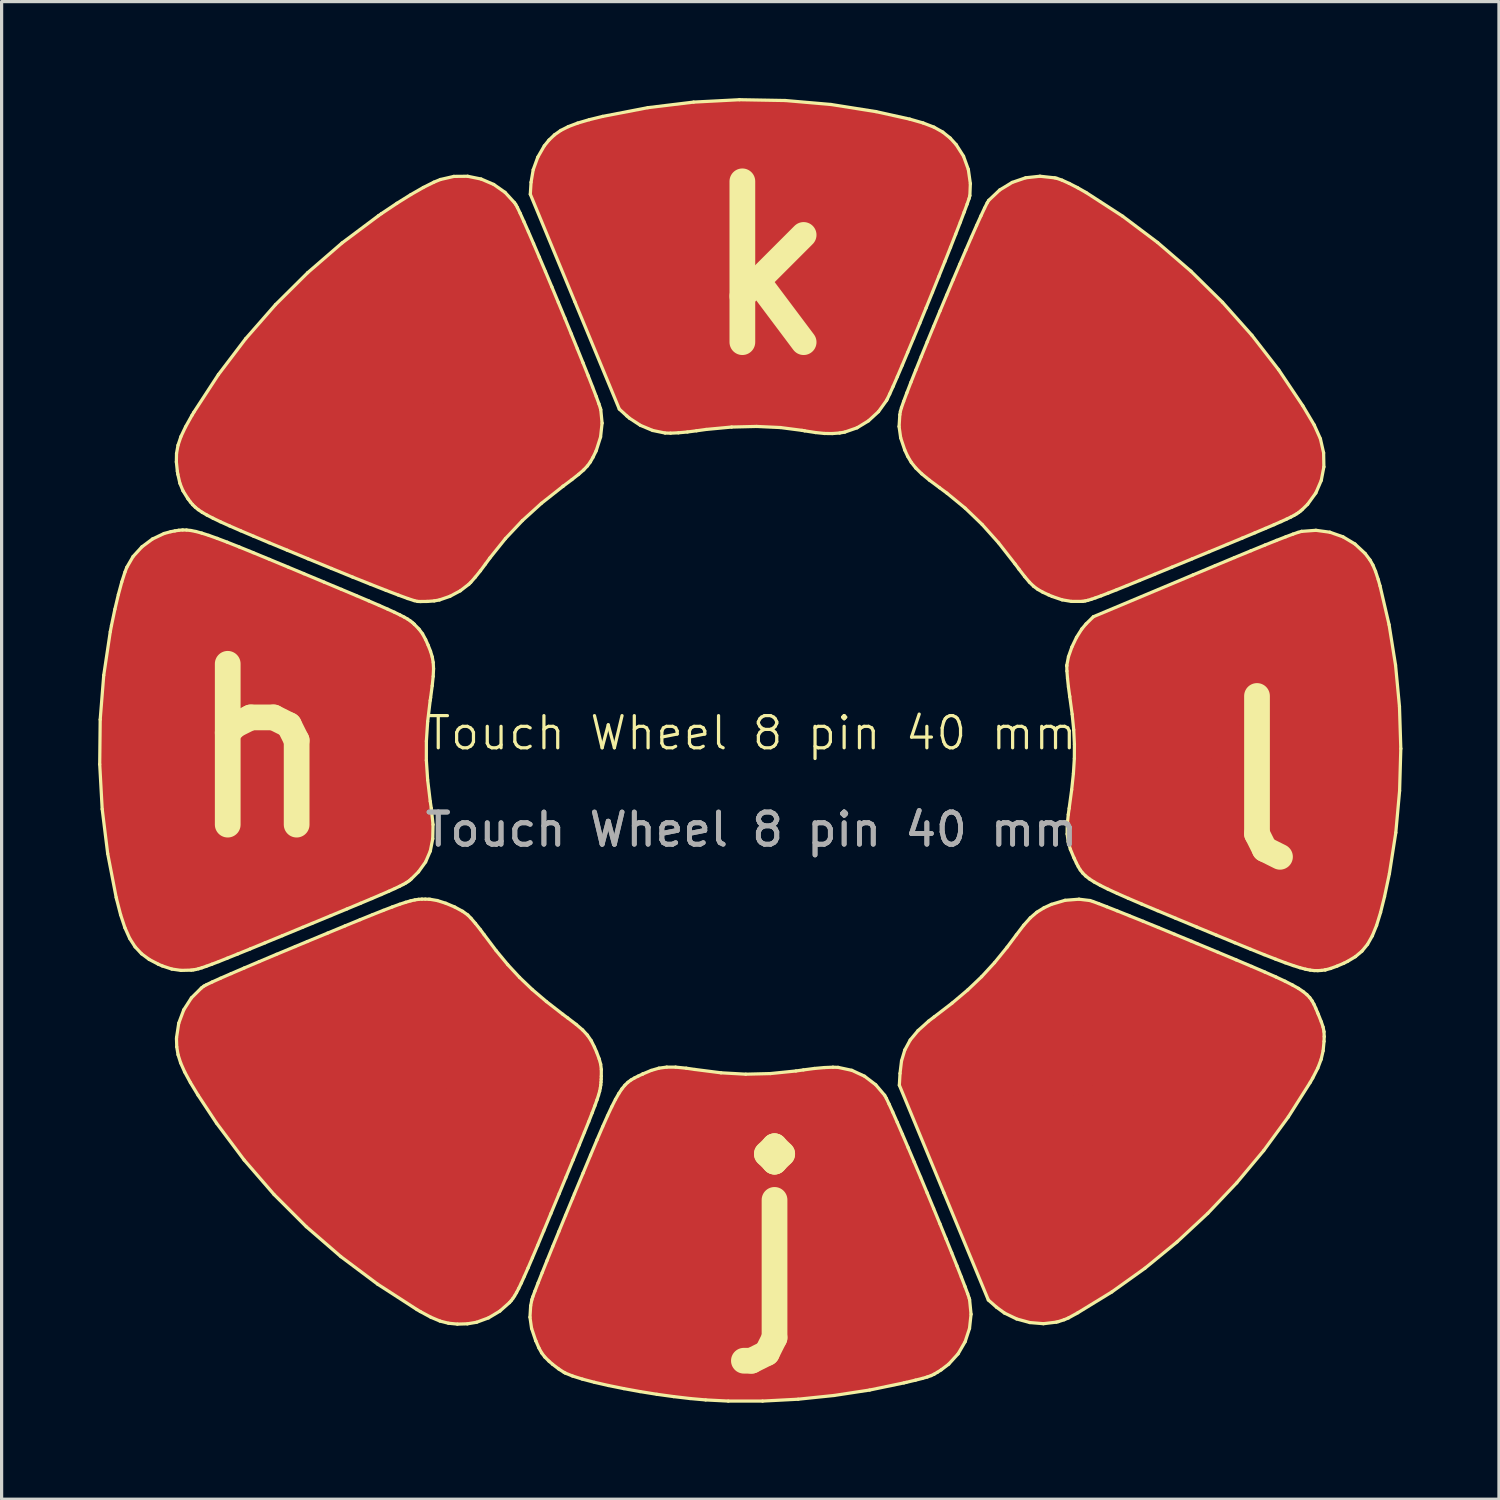
<source format=kicad_pcb>
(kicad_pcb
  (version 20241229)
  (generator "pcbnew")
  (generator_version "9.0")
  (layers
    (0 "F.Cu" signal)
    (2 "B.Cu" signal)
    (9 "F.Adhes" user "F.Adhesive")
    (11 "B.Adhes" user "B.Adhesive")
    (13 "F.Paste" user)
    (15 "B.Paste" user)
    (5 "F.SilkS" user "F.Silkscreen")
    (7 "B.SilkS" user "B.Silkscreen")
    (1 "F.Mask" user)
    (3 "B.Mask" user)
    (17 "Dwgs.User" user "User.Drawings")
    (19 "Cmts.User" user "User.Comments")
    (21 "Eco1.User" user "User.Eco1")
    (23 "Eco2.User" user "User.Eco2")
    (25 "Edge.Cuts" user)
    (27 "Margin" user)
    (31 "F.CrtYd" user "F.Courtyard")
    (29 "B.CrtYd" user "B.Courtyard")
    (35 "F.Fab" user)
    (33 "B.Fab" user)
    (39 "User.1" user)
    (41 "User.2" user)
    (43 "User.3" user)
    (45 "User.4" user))
  (footprint "Touch Wheel 8 pin 40 mm"
    (layer "F.Cu")
    (at 20.313 20.241)
    (property "Reference" "Touch Wheel 8 pin 40 mm" (at 0 -0.5 0) (unlocked yes) (layer "F.SilkS") (effects (font (size 1 1) (thickness 0.1))))
    (attr smd)
    (fp_poly (pts (xy -5.406 -19.464) (xy -5.044 -19.57) (xy -4.628 -19.672) (xy -3.22 -19.944) (xy -1.799 -20.117) (xy -0.373 -20.191) (xy 1.052 -20.166) (xy 2.47 -20.043) (xy 3.875 -19.82) (xy 4.919 -19.588) (xy 5.337 -19.468) (xy 5.674 -19.338) (xy 5.947 -19.185) (xy 6.178 -18.999) (xy 6.363 -18.796) (xy 6.593 -18.434) (xy 6.742 -18.023) (xy 6.805 -17.582) (xy 6.79 -17.21) (xy 6.765 -17.118) (xy 6.704 -16.943) (xy 6.612 -16.694) (xy 6.493 -16.381) (xy 6.35 -16.014) (xy 6.189 -15.603) (xy 6.012 -15.158) (xy 5.823 -14.69) (xy 5.628 -14.207) (xy 5.43 -13.721) (xy 5.233 -13.24) (xy 5.04 -12.776) (xy 4.857 -12.337) (xy 4.688 -11.935) (xy 4.535 -11.578) (xy 4.404 -11.277) (xy 4.298 -11.043) (xy 4.222 -10.884) (xy 4.199 -10.841) (xy 3.95 -10.494) (xy 3.638 -10.207) (xy 3.282 -9.99) (xy 2.9 -9.857) (xy 2.741 -9.829) (xy 2.509 -9.812) (xy 2.269 -9.815) (xy 1.994 -9.843) (xy 1.654 -9.896) (xy 1.572 -9.911) (xy 0.896 -9.999) (xy 0.157 -10.033) (xy -0.619 -10.014) (xy -1.409 -9.94) (xy -1.709 -9.898) (xy -1.991 -9.861) (xy -2.271 -9.835) (xy -2.516 -9.824) (xy -2.685 -9.828) (xy -3.072 -9.908) (xy -3.455 -10.068) (xy -3.796 -10.291) (xy -3.873 -10.357) (xy -4.11 -10.574) (xy -5.493 -13.913) (xy -6.876 -17.252) (xy -6.853 -17.624) (xy -6.786 -18.014) (xy -6.644 -18.404) (xy -6.441 -18.757) (xy -6.296 -18.936) (xy -6.126 -19.098) (xy -5.931 -19.235) (xy -5.696 -19.354)) (stroke (width 0) (type solid)) (fill yes) (layer "F.Cu"))
    (fp_poly (pts (xy 9.75 4.699) (xy 10.183 4.665) (xy 10.524 4.706) (xy 10.615 4.736) (xy 10.792 4.801) (xy 11.045 4.899) (xy 11.366 5.026) (xy 11.746 5.178) (xy 12.177 5.352) (xy 12.649 5.545) (xy 13.155 5.754) (xy 13.685 5.973) (xy 13.854 6.044) (xy 14.505 6.315) (xy 15.068 6.55) (xy 15.551 6.754) (xy 15.961 6.93) (xy 16.305 7.082) (xy 16.589 7.215) (xy 16.821 7.333) (xy 17.007 7.438) (xy 17.153 7.537) (xy 17.268 7.631) (xy 17.358 7.726) (xy 17.429 7.826) (xy 17.488 7.933) (xy 17.543 8.054) (xy 17.6 8.19) (xy 17.624 8.247) (xy 17.715 8.474) (xy 17.772 8.642) (xy 17.8 8.784) (xy 17.806 8.935) (xy 17.801 9.085) (xy 17.773 9.377) (xy 17.711 9.644) (xy 17.607 9.916) (xy 17.45 10.223) (xy 17.373 10.358) (xy 16.69 11.436) (xy 15.925 12.481) (xy 15.087 13.483) (xy 14.187 14.432) (xy 13.232 15.32) (xy 12.234 16.138) (xy 11.202 16.876) (xy 10.144 17.524) (xy 9.854 17.684) (xy 9.72 17.74) (xy 9.544 17.797) (xy 9.479 17.814) (xy 9.076 17.862) (xy 8.655 17.827) (xy 8.242 17.714) (xy 7.863 17.53) (xy 7.618 17.35) (xy 7.363 17.125) (xy 5.98 13.786) (xy 4.597 10.447) (xy 4.618 10.081) (xy 4.665 9.691) (xy 4.768 9.35) (xy 4.935 9.042) (xy 5.178 8.75) (xy 5.505 8.457) (xy 5.68 8.323) (xy 6.238 7.895) (xy 6.722 7.486) (xy 7.155 7.074) (xy 7.556 6.638) (xy 7.946 6.159) (xy 8.234 5.774) (xy 8.463 5.473) (xy 8.668 5.244) (xy 8.87 5.071) (xy 9.09 4.934) (xy 9.322 4.826)) (stroke (width 0) (type solid)) (fill yes) (layer "F.Cu"))
    (fp_poly (pts (xy 15.529 -6.168) (xy 15.964 -6.346) (xy 16.323 -6.49) (xy 16.611 -6.602) (xy 16.833 -6.685) (xy 16.993 -6.74) (xy 17.095 -6.769) (xy 17.107 -6.771) (xy 17.548 -6.804) (xy 17.982 -6.745) (xy 18.392 -6.601) (xy 18.763 -6.378) (xy 19.078 -6.084) (xy 19.231 -5.88) (xy 19.321 -5.721) (xy 19.402 -5.528) (xy 19.485 -5.275) (xy 19.542 -5.075) (xy 19.823 -3.869) (xy 20.024 -2.614) (xy 20.146 -1.325) (xy 20.188 -0.017) (xy 20.15 1.295) (xy 20.032 2.595) (xy 19.833 3.87) (xy 19.682 4.584) (xy 19.559 5.076) (xy 19.435 5.479) (xy 19.302 5.805) (xy 19.154 6.067) (xy 18.981 6.279) (xy 18.777 6.451) (xy 18.533 6.598) (xy 18.416 6.656) (xy 18.207 6.745) (xy 18.006 6.818) (xy 17.85 6.861) (xy 17.83 6.864) (xy 17.718 6.879) (xy 17.609 6.886) (xy 17.494 6.884) (xy 17.368 6.869) (xy 17.222 6.84) (xy 17.05 6.794) (xy 16.842 6.728) (xy 16.593 6.641) (xy 16.294 6.528) (xy 15.938 6.389) (xy 15.517 6.22) (xy 15.025 6.018) (xy 14.453 5.782) (xy 13.841 5.529) (xy 13.186 5.257) (xy 12.619 5.021) (xy 12.131 4.816) (xy 11.717 4.639) (xy 11.37 4.486) (xy 11.082 4.353) (xy 10.846 4.236) (xy 10.657 4.131) (xy 10.507 4.035) (xy 10.389 3.943) (xy 10.296 3.851) (xy 10.222 3.756) (xy 10.16 3.654) (xy 10.102 3.541) (xy 10.042 3.413) (xy 10.021 3.369) (xy 9.914 3.113) (xy 9.846 2.879) (xy 9.814 2.638) (xy 9.816 2.365) (xy 9.849 2.034) (xy 9.876 1.842) (xy 9.955 1.262) (xy 10.009 0.754) (xy 10.038 0.291) (xy 10.04 -0.151) (xy 10.018 -0.601) (xy 9.97 -1.084) (xy 9.896 -1.626) (xy 9.892 -1.654) (xy 9.854 -1.935) (xy 9.825 -2.202) (xy 9.807 -2.428) (xy 9.803 -2.585) (xy 9.804 -2.609) (xy 9.855 -2.874) (xy 9.961 -3.175) (xy 10.105 -3.475) (xy 10.27 -3.737) (xy 10.401 -3.893) (xy 10.63 -4.118) (xy 13.728 -5.418) (xy 14.416 -5.706) (xy 15.015 -5.956)) (stroke (width 0) (type solid)) (fill yes) (layer "F.Cu"))
    (fp_poly (pts (xy 8.525 -17.764) (xy 8.969 -17.812) (xy 9.427 -17.762) (xy 9.49 -17.748) (xy 9.655 -17.69) (xy 9.88 -17.588) (xy 10.141 -17.454) (xy 10.407 -17.303) (xy 11.54 -16.569) (xy 12.629 -15.75) (xy 13.668 -14.855) (xy 14.646 -13.892) (xy 15.557 -12.869) (xy 16.391 -11.794) (xy 17.14 -10.677) (xy 17.495 -10.08) (xy 17.688 -9.65) (xy 17.788 -9.211) (xy 17.796 -8.776) (xy 17.715 -8.356) (xy 17.546 -7.965) (xy 17.291 -7.613) (xy 17.119 -7.444) (xy 17.067 -7.4) (xy 17.013 -7.358) (xy 16.95 -7.316) (xy 16.871 -7.269) (xy 16.768 -7.215) (xy 16.635 -7.151) (xy 16.463 -7.073) (xy 16.247 -6.978) (xy 15.978 -6.863) (xy 15.65 -6.725) (xy 15.256 -6.56) (xy 14.788 -6.366) (xy 14.239 -6.139) (xy 13.702 -5.917) (xy 13.073 -5.658) (xy 12.53 -5.434) (xy 12.068 -5.245) (xy 11.677 -5.086) (xy 11.353 -4.955) (xy 11.086 -4.85) (xy 10.871 -4.767) (xy 10.699 -4.705) (xy 10.565 -4.659) (xy 10.459 -4.627) (xy 10.377 -4.608) (xy 10.31 -4.597) (xy 10.266 -4.593) (xy 9.95 -4.593) (xy 9.658 -4.642) (xy 9.347 -4.748) (xy 9.236 -4.796) (xy 9.052 -4.882) (xy 8.903 -4.966) (xy 8.771 -5.064) (xy 8.641 -5.191) (xy 8.496 -5.362) (xy 8.318 -5.592) (xy 8.192 -5.761) (xy 7.682 -6.413) (xy 7.171 -6.985) (xy 6.642 -7.494) (xy 6.076 -7.959) (xy 5.848 -8.128) (xy 5.533 -8.362) (xy 5.292 -8.56) (xy 5.109 -8.739) (xy 4.968 -8.915) (xy 4.856 -9.104) (xy 4.767 -9.296) (xy 4.639 -9.676) (xy 4.589 -10.031) (xy 4.612 -10.398) (xy 4.63 -10.503) (xy 4.663 -10.617) (xy 4.731 -10.812) (xy 4.831 -11.079) (xy 4.958 -11.407) (xy 5.109 -11.787) (xy 5.279 -12.208) (xy 5.464 -12.662) (xy 5.66 -13.138) (xy 5.863 -13.627) (xy 6.069 -14.119) (xy 6.274 -14.604) (xy 6.473 -15.073) (xy 6.663 -15.514) (xy 6.839 -15.92) (xy 6.998 -16.28) (xy 7.136 -16.584) (xy 7.247 -16.822) (xy 7.329 -16.985) (xy 7.376 -17.062) (xy 7.718 -17.385) (xy 8.105 -17.62)) (stroke (width 0) (type solid)) (fill yes) (layer "F.Cu"))
    (fp_poly (pts (xy -9.672 -17.71) (xy -9.251 -17.807) (xy -8.823 -17.811) (xy -8.405 -17.725) (xy -8.013 -17.557) (xy -7.661 -17.31) (xy -7.368 -16.99) (xy -7.33 -16.937) (xy -7.277 -16.841) (xy -7.191 -16.66) (xy -7.076 -16.405) (xy -6.935 -16.086) (xy -6.774 -15.714) (xy -6.596 -15.297) (xy -6.405 -14.847) (xy -6.206 -14.373) (xy -6.004 -13.887) (xy -5.801 -13.397) (xy -5.603 -12.914) (xy -5.414 -12.449) (xy -5.237 -12.011) (xy -5.077 -11.611) (xy -4.939 -11.258) (xy -4.826 -10.964) (xy -4.743 -10.737) (xy -4.694 -10.589) (xy -4.685 -10.553) (xy -4.644 -10.136) (xy -4.691 -9.706) (xy -4.822 -9.293) (xy -4.843 -9.246) (xy -4.928 -9.071) (xy -5.009 -8.929) (xy -5.1 -8.805) (xy -5.216 -8.682) (xy -5.371 -8.546) (xy -5.58 -8.382) (xy -5.857 -8.174) (xy -5.86 -8.172) (xy -6.531 -7.642) (xy -7.122 -7.106) (xy -7.649 -6.546) (xy -8.134 -5.942) (xy -8.272 -5.753) (xy -8.426 -5.546) (xy -8.586 -5.347) (xy -8.726 -5.187) (xy -8.783 -5.13) (xy -9.054 -4.922) (xy -9.373 -4.752) (xy -9.7 -4.639) (xy -9.862 -4.609) (xy -10.077 -4.593) (xy -10.298 -4.59) (xy -10.379 -4.593) (xy -10.486 -4.618) (xy -10.685 -4.683) (xy -10.977 -4.79) (xy -11.36 -4.936) (xy -11.835 -5.123) (xy -12.401 -5.35) (xy -13.058 -5.618) (xy -13.788 -5.918) (xy -14.436 -6.186) (xy -14.997 -6.418) (xy -15.479 -6.62) (xy -15.887 -6.793) (xy -16.229 -6.942) (xy -16.513 -7.07) (xy -16.744 -7.181) (xy -16.931 -7.278) (xy -17.081 -7.365) (xy -17.199 -7.445) (xy -17.294 -7.523) (xy -17.373 -7.6) (xy -17.442 -7.682) (xy -17.509 -7.772) (xy -17.532 -7.803) (xy -17.674 -8.031) (xy -17.77 -8.265) (xy -17.834 -8.545) (xy -17.85 -8.642) (xy -17.88 -8.93) (xy -17.875 -9.192) (xy -17.829 -9.448) (xy -17.738 -9.718) (xy -17.594 -10.021) (xy -17.394 -10.379) (xy -17.335 -10.478) (xy -16.573 -11.646) (xy -15.725 -12.762) (xy -14.799 -13.819) (xy -13.798 -14.813) (xy -12.73 -15.737) (xy -11.598 -16.584) (xy -11.503 -16.65) (xy -11.026 -16.969) (xy -10.589 -17.242) (xy -10.202 -17.463) (xy -9.875 -17.627)) (stroke (width 0) (type solid)) (fill yes) (layer "F.Cu"))
    (fp_poly (pts (xy -12.636 5.494) (xy -12.17 5.303) (xy -11.776 5.143) (xy -11.445 5.012) (xy -11.169 4.906) (xy -10.941 4.823) (xy -10.753 4.761) (xy -10.597 4.716) (xy -10.465 4.686) (xy -10.35 4.669) (xy -10.244 4.662) (xy -10.14 4.662) (xy -10.029 4.666) (xy -9.991 4.668) (xy -9.769 4.706) (xy -9.502 4.791) (xy -9.227 4.907) (xy -8.98 5.041) (xy -8.821 5.154) (xy -8.72 5.257) (xy -8.582 5.418) (xy -8.426 5.614) (xy -8.312 5.767) (xy -7.938 6.264) (xy -7.577 6.7) (xy -7.21 7.096) (xy -6.816 7.472) (xy -6.375 7.847) (xy -5.868 8.241) (xy -5.715 8.355) (xy -5.448 8.559) (xy -5.249 8.73) (xy -5.101 8.89) (xy -4.984 9.06) (xy -4.882 9.262) (xy -4.816 9.415) (xy -4.735 9.627) (xy -4.688 9.795) (xy -4.668 9.961) (xy -4.669 10.17) (xy -4.672 10.263) (xy -4.677 10.354) (xy -4.685 10.441) (xy -4.698 10.532) (xy -4.72 10.634) (xy -4.754 10.754) (xy -4.802 10.902) (xy -4.867 11.083) (xy -4.952 11.307) (xy -5.059 11.58) (xy -5.193 11.911) (xy -5.354 12.306) (xy -5.547 12.775) (xy -5.773 13.323) (xy -5.978 13.818) (xy -6.236 14.439) (xy -6.458 14.974) (xy -6.648 15.429) (xy -6.81 15.812) (xy -6.946 16.129) (xy -7.061 16.389) (xy -7.156 16.599) (xy -7.237 16.766) (xy -7.305 16.897) (xy -7.365 16.999) (xy -7.42 17.081) (xy -7.472 17.149) (xy -7.523 17.206) (xy -7.823 17.472) (xy -8.174 17.681) (xy -8.546 17.818) (xy -8.831 17.866) (xy -9.143 17.875) (xy -9.419 17.848) (xy -9.686 17.78) (xy -9.969 17.661) (xy -10.296 17.485) (xy -10.403 17.422) (xy -11.622 16.634) (xy -12.768 15.776) (xy -13.841 14.847) (xy -14.842 13.847) (xy -15.772 12.774) (xy -16.631 11.628) (xy -17.206 10.757) (xy -17.443 10.366) (xy -17.621 10.038) (xy -17.747 9.754) (xy -17.828 9.499) (xy -17.868 9.256) (xy -17.876 9.008) (xy -17.874 8.965) (xy -17.806 8.519) (xy -17.65 8.103) (xy -17.412 7.733) (xy -17.102 7.425) (xy -17.025 7.367) (xy -16.94 7.321) (xy -16.767 7.239) (xy -16.511 7.124) (xy -16.177 6.978) (xy -15.772 6.804) (xy -15.301 6.604) (xy -14.77 6.38) (xy -14.184 6.136) (xy -13.809 5.98) (xy -13.179 5.719)) (stroke (width 0) (type solid)) (fill yes) (layer "F.Cu"))
    (fp_poly (pts (xy -2.879 9.918) (xy -2.634 9.885) (xy -2.358 9.886) (xy -2.027 9.919) (xy -1.759 9.958) (xy -0.948 10.062) (xy -0.179 10.105) (xy 0.585 10.086) (xy 1.382 10.005) (xy 1.615 9.972) (xy 1.954 9.927) (xy 2.268 9.899) (xy 2.532 9.888) (xy 2.692 9.893) (xy 3.12 9.985) (xy 3.515 10.168) (xy 3.864 10.435) (xy 4.142 10.762) (xy 4.194 10.856) (xy 4.278 11.034) (xy 4.393 11.286) (xy 4.532 11.602) (xy 4.693 11.973) (xy 4.87 12.387) (xy 5.059 12.834) (xy 5.258 13.306) (xy 5.46 13.79) (xy 5.662 14.278) (xy 5.86 14.759) (xy 6.049 15.223) (xy 6.226 15.659) (xy 6.386 16.059) (xy 6.524 16.41) (xy 6.638 16.705) (xy 6.722 16.931) (xy 6.772 17.08) (xy 6.782 17.12) (xy 6.827 17.569) (xy 6.779 18.008) (xy 6.643 18.422) (xy 6.425 18.798) (xy 6.132 19.12) (xy 5.898 19.298) (xy 5.78 19.373) (xy 5.681 19.431) (xy 5.583 19.477) (xy 5.466 19.519) (xy 5.312 19.564) (xy 5.1 19.617) (xy 4.813 19.686) (xy 4.739 19.703) (xy 3.672 19.925) (xy 2.567 20.094) (xy 1.45 20.21) (xy 0.345 20.268) (xy -0.721 20.268) (xy -1.425 20.232) (xy -1.908 20.189) (xy -2.418 20.129) (xy -2.94 20.057) (xy -3.462 19.973) (xy -3.968 19.881) (xy -4.446 19.784) (xy -4.88 19.685) (xy -5.258 19.585) (xy -5.566 19.488) (xy -5.789 19.397) (xy -5.825 19.378) (xy -5.994 19.269) (xy -6.183 19.125) (xy -6.296 19.027) (xy -6.425 18.899) (xy -6.522 18.773) (xy -6.608 18.617) (xy -6.704 18.398) (xy -6.711 18.382) (xy -6.837 18.006) (xy -6.887 17.66) (xy -6.865 17.305) (xy -6.827 17.113) (xy -6.797 17.022) (xy -6.732 16.847) (xy -6.634 16.595) (xy -6.507 16.275) (xy -6.355 15.897) (xy -6.181 15.467) (xy -5.988 14.997) (xy -5.781 14.493) (xy -5.562 13.965) (xy -5.505 13.826) (xy -5.236 13.181) (xy -5.003 12.622) (xy -4.801 12.144) (xy -4.627 11.738) (xy -4.476 11.399) (xy -4.345 11.119) (xy -4.229 10.89) (xy -4.125 10.707) (xy -4.029 10.562) (xy -3.936 10.448) (xy -3.843 10.358) (xy -3.745 10.285) (xy -3.639 10.223) (xy -3.521 10.164) (xy -3.387 10.101) (xy -3.375 10.096) (xy -3.118 9.988)) (stroke (width 0) (type solid)) (fill yes) (layer "F.Cu"))
    (fp_poly (pts (xy -18.055 -6.761) (xy -17.925 -6.786) (xy -17.805 -6.805) (xy -17.687 -6.815) (xy -17.565 -6.813) (xy -17.429 -6.798) (xy -17.274 -6.767) (xy -17.09 -6.717) (xy -16.872 -6.647) (xy -16.61 -6.553) (xy -16.297 -6.434) (xy -15.927 -6.287) (xy -15.491 -6.11) (xy -14.981 -5.899) (xy -14.391 -5.654) (xy -13.914 -5.455) (xy -13.286 -5.193) (xy -12.746 -4.967) (xy -12.286 -4.774) (xy -11.898 -4.609) (xy -11.575 -4.47) (xy -11.311 -4.353) (xy -11.098 -4.256) (xy -10.929 -4.174) (xy -10.796 -4.105) (xy -10.693 -4.046) (xy -10.613 -3.992) (xy -10.548 -3.942) (xy -10.49 -3.89) (xy -10.484 -3.884) (xy -10.336 -3.732) (xy -10.226 -3.585) (xy -10.13 -3.406) (xy -10.054 -3.236) (xy -9.978 -3.044) (xy -9.925 -2.869) (xy -9.894 -2.694) (xy -9.884 -2.498) (xy -9.895 -2.263) (xy -9.926 -1.97) (xy -9.975 -1.599) (xy -9.988 -1.515) (xy -10.067 -0.859) (xy -10.107 -0.25) (xy -10.108 0.345) (xy -10.067 0.958) (xy -9.987 1.622) (xy -9.955 1.835) (xy -9.9 2.345) (xy -9.909 2.786) (xy -9.985 3.169) (xy -10.131 3.507) (xy -10.352 3.814) (xy -10.575 4.035) (xy -10.623 4.077) (xy -10.677 4.117) (xy -10.744 4.16) (xy -10.83 4.208) (xy -10.942 4.265) (xy -11.089 4.334) (xy -11.276 4.419) (xy -11.512 4.521) (xy -11.802 4.645) (xy -12.155 4.793) (xy -12.578 4.969) (xy -13.077 5.176) (xy -13.66 5.418) (xy -13.959 5.541) (xy -14.585 5.8) (xy -15.125 6.022) (xy -15.585 6.211) (xy -15.974 6.369) (xy -16.297 6.499) (xy -16.562 6.605) (xy -16.777 6.687) (xy -16.949 6.75) (xy -17.086 6.797) (xy -17.193 6.829) (xy -17.279 6.85) (xy -17.351 6.863) (xy -17.416 6.87) (xy -17.737 6.878) (xy -18.022 6.837) (xy -18.319 6.739) (xy -18.445 6.684) (xy -18.727 6.536) (xy -18.963 6.361) (xy -19.162 6.147) (xy -19.332 5.883) (xy -19.479 5.554) (xy -19.613 5.15) (xy -19.74 4.657) (xy -19.751 4.61) (xy -20.015 3.248) (xy -20.186 1.864) (xy -20.263 0.471) (xy -20.248 -0.92) (xy -20.138 -2.297) (xy -19.935 -3.649) (xy -19.898 -3.842) (xy -19.791 -4.351) (xy -19.683 -4.807) (xy -19.577 -5.198) (xy -19.477 -5.508) (xy -19.421 -5.653) (xy -19.225 -5.99) (xy -18.951 -6.29) (xy -18.623 -6.534) (xy -18.262 -6.705)) (stroke (width 0) (type solid)) (fill yes) (layer "F.Cu"))
    (fp_line (start -20.263 0.471) (end -20.248 -0.92) (stroke (width 0.1) (type default)) (layer "F.SilkS"))
    (fp_line (start -20.248 -0.92) (end -20.138 -2.297) (stroke (width 0.1) (type default)) (layer "F.SilkS"))
    (fp_line (start -20.186 1.864) (end -20.263 0.471) (stroke (width 0.1) (type default)) (layer "F.SilkS"))
    (fp_line (start -20.138 -2.297) (end -19.935 -3.649) (stroke (width 0.1) (type default)) (layer "F.SilkS"))
    (fp_line (start -20.015 3.248) (end -20.186 1.864) (stroke (width 0.1) (type default)) (layer "F.SilkS"))
    (fp_line (start -19.935 -3.649) (end -19.898 -3.842) (stroke (width 0.1) (type default)) (layer "F.SilkS"))
    (fp_line (start -19.898 -3.842) (end -19.791 -4.351) (stroke (width 0.1) (type default)) (layer "F.SilkS"))
    (fp_line (start -19.791 -4.351) (end -19.683 -4.807) (stroke (width 0.1) (type default)) (layer "F.SilkS"))
    (fp_line (start -19.751 4.61) (end -20.015 3.248) (stroke (width 0.1) (type default)) (layer "F.SilkS"))
    (fp_line (start -19.74 4.657) (end -19.751 4.61) (stroke (width 0.1) (type default)) (layer "F.SilkS"))
    (fp_line (start -19.683 -4.807) (end -19.577 -5.198) (stroke (width 0.1) (type default)) (layer "F.SilkS"))
    (fp_line (start -19.613 5.15) (end -19.74 4.657) (stroke (width 0.1) (type default)) (layer "F.SilkS"))
    (fp_line (start -19.577 -5.198) (end -19.477 -5.508) (stroke (width 0.1) (type default)) (layer "F.SilkS"))
    (fp_line (start -19.479 5.554) (end -19.613 5.15) (stroke (width 0.1) (type default)) (layer "F.SilkS"))
    (fp_line (start -19.477 -5.508) (end -19.421 -5.653) (stroke (width 0.1) (type default)) (layer "F.SilkS"))
    (fp_line (start -19.421 -5.653) (end -19.225 -5.99) (stroke (width 0.1) (type default)) (layer "F.SilkS"))
    (fp_line (start -19.332 5.883) (end -19.479 5.554) (stroke (width 0.1) (type default)) (layer "F.SilkS"))
    (fp_line (start -19.225 -5.99) (end -18.951 -6.29) (stroke (width 0.1) (type default)) (layer "F.SilkS"))
    (fp_line (start -19.162 6.147) (end -19.332 5.883) (stroke (width 0.1) (type default)) (layer "F.SilkS"))
    (fp_line (start -18.963 6.361) (end -19.162 6.147) (stroke (width 0.1) (type default)) (layer "F.SilkS"))
    (fp_line (start -18.951 -6.29) (end -18.623 -6.534) (stroke (width 0.1) (type default)) (layer "F.SilkS"))
    (fp_line (start -18.727 6.536) (end -18.963 6.361) (stroke (width 0.1) (type default)) (layer "F.SilkS"))
    (fp_line (start -18.623 -6.534) (end -18.262 -6.705) (stroke (width 0.1) (type default)) (layer "F.SilkS"))
    (fp_line (start -18.445 6.684) (end -18.727 6.536) (stroke (width 0.1) (type default)) (layer "F.SilkS"))
    (fp_line (start -18.319 6.739) (end -18.445 6.684) (stroke (width 0.1) (type default)) (layer "F.SilkS"))
    (fp_line (start -18.262 -6.705) (end -18.055 -6.761) (stroke (width 0.1) (type default)) (layer "F.SilkS"))
    (fp_line (start -18.055 -6.761) (end -17.925 -6.786) (stroke (width 0.1) (type default)) (layer "F.SilkS"))
    (fp_line (start -18.022 6.837) (end -18.319 6.739) (stroke (width 0.1) (type default)) (layer "F.SilkS"))
    (fp_line (start -17.925 -6.786) (end -17.805 -6.805) (stroke (width 0.1) (type default)) (layer "F.SilkS"))
    (fp_line (start -17.88 -8.93) (end -17.875 -9.192) (stroke (width 0.1) (type default)) (layer "F.SilkS"))
    (fp_line (start -17.876 9.008) (end -17.874 8.965) (stroke (width 0.1) (type default)) (layer "F.SilkS"))
    (fp_line (start -17.875 -9.192) (end -17.829 -9.448) (stroke (width 0.1) (type default)) (layer "F.SilkS"))
    (fp_line (start -17.874 8.965) (end -17.806 8.519) (stroke (width 0.1) (type default)) (layer "F.SilkS"))
    (fp_line (start -17.868 9.256) (end -17.876 9.008) (stroke (width 0.1) (type default)) (layer "F.SilkS"))
    (fp_line (start -17.85 -8.642) (end -17.88 -8.93) (stroke (width 0.1) (type default)) (layer "F.SilkS"))
    (fp_line (start -17.834 -8.545) (end -17.85 -8.642) (stroke (width 0.1) (type default)) (layer "F.SilkS"))
    (fp_line (start -17.829 -9.448) (end -17.738 -9.718) (stroke (width 0.1) (type default)) (layer "F.SilkS"))
    (fp_line (start -17.828 9.499) (end -17.868 9.256) (stroke (width 0.1) (type default)) (layer "F.SilkS"))
    (fp_line (start -17.806 8.519) (end -17.65 8.103) (stroke (width 0.1) (type default)) (layer "F.SilkS"))
    (fp_line (start -17.805 -6.805) (end -17.687 -6.815) (stroke (width 0.1) (type default)) (layer "F.SilkS"))
    (fp_line (start -17.77 -8.265) (end -17.834 -8.545) (stroke (width 0.1) (type default)) (layer "F.SilkS"))
    (fp_line (start -17.747 9.754) (end -17.828 9.499) (stroke (width 0.1) (type default)) (layer "F.SilkS"))
    (fp_line (start -17.738 -9.718) (end -17.594 -10.021) (stroke (width 0.1) (type default)) (layer "F.SilkS"))
    (fp_line (start -17.737 6.878) (end -18.022 6.837) (stroke (width 0.1) (type default)) (layer "F.SilkS"))
    (fp_line (start -17.687 -6.815) (end -17.565 -6.813) (stroke (width 0.1) (type default)) (layer "F.SilkS"))
    (fp_line (start -17.674 -8.031) (end -17.77 -8.265) (stroke (width 0.1) (type default)) (layer "F.SilkS"))
    (fp_line (start -17.65 8.103) (end -17.412 7.733) (stroke (width 0.1) (type default)) (layer "F.SilkS"))
    (fp_line (start -17.621 10.038) (end -17.747 9.754) (stroke (width 0.1) (type default)) (layer "F.SilkS"))
    (fp_line (start -17.594 -10.021) (end -17.394 -10.379) (stroke (width 0.1) (type default)) (layer "F.SilkS"))
    (fp_line (start -17.565 -6.813) (end -17.429 -6.798) (stroke (width 0.1) (type default)) (layer "F.SilkS"))
    (fp_line (start -17.532 -7.803) (end -17.674 -8.031) (stroke (width 0.1) (type default)) (layer "F.SilkS"))
    (fp_line (start -17.509 -7.772) (end -17.532 -7.803) (stroke (width 0.1) (type default)) (layer "F.SilkS"))
    (fp_line (start -17.443 10.366) (end -17.621 10.038) (stroke (width 0.1) (type default)) (layer "F.SilkS"))
    (fp_line (start -17.442 -7.682) (end -17.509 -7.772) (stroke (width 0.1) (type default)) (layer "F.SilkS"))
    (fp_line (start -17.429 -6.798) (end -17.274 -6.767) (stroke (width 0.1) (type default)) (layer "F.SilkS"))
    (fp_line (start -17.416 6.87) (end -17.737 6.878) (stroke (width 0.1) (type default)) (layer "F.SilkS"))
    (fp_line (start -17.412 7.733) (end -17.102 7.425) (stroke (width 0.1) (type default)) (layer "F.SilkS"))
    (fp_line (start -17.394 -10.379) (end -17.335 -10.478) (stroke (width 0.1) (type default)) (layer "F.SilkS"))
    (fp_line (start -17.373 -7.6) (end -17.442 -7.682) (stroke (width 0.1) (type default)) (layer "F.SilkS"))
    (fp_line (start -17.351 6.863) (end -17.416 6.87) (stroke (width 0.1) (type default)) (layer "F.SilkS"))
    (fp_line (start -17.335 -10.478) (end -16.573 -11.646) (stroke (width 0.1) (type default)) (layer "F.SilkS"))
    (fp_line (start -17.294 -7.523) (end -17.373 -7.6) (stroke (width 0.1) (type default)) (layer "F.SilkS"))
    (fp_line (start -17.279 6.85) (end -17.351 6.863) (stroke (width 0.1) (type default)) (layer "F.SilkS"))
    (fp_line (start -17.274 -6.767) (end -17.09 -6.717) (stroke (width 0.1) (type default)) (layer "F.SilkS"))
    (fp_line (start -17.206 10.757) (end -17.443 10.366) (stroke (width 0.1) (type default)) (layer "F.SilkS"))
    (fp_line (start -17.199 -7.445) (end -17.294 -7.523) (stroke (width 0.1) (type default)) (layer "F.SilkS"))
    (fp_line (start -17.193 6.829) (end -17.279 6.85) (stroke (width 0.1) (type default)) (layer "F.SilkS"))
    (fp_line (start -17.102 7.425) (end -17.025 7.367) (stroke (width 0.1) (type default)) (layer "F.SilkS"))
    (fp_line (start -17.09 -6.717) (end -16.872 -6.647) (stroke (width 0.1) (type default)) (layer "F.SilkS"))
    (fp_line (start -17.086 6.797) (end -17.193 6.829) (stroke (width 0.1) (type default)) (layer "F.SilkS"))
    (fp_line (start -17.081 -7.365) (end -17.199 -7.445) (stroke (width 0.1) (type default)) (layer "F.SilkS"))
    (fp_line (start -17.025 7.367) (end -16.94 7.321) (stroke (width 0.1) (type default)) (layer "F.SilkS"))
    (fp_line (start -16.949 6.75) (end -17.086 6.797) (stroke (width 0.1) (type default)) (layer "F.SilkS"))
    (fp_line (start -16.94 7.321) (end -16.767 7.239) (stroke (width 0.1) (type default)) (layer "F.SilkS"))
    (fp_line (start -16.931 -7.278) (end -17.081 -7.365) (stroke (width 0.1) (type default)) (layer "F.SilkS"))
    (fp_line (start -16.872 -6.647) (end -16.61 -6.553) (stroke (width 0.1) (type default)) (layer "F.SilkS"))
    (fp_line (start -16.777 6.687) (end -16.949 6.75) (stroke (width 0.1) (type default)) (layer "F.SilkS"))
    (fp_line (start -16.767 7.239) (end -16.511 7.124) (stroke (width 0.1) (type default)) (layer "F.SilkS"))
    (fp_line (start -16.744 -7.181) (end -16.931 -7.278) (stroke (width 0.1) (type default)) (layer "F.SilkS"))
    (fp_line (start -16.631 11.628) (end -17.206 10.757) (stroke (width 0.1) (type default)) (layer "F.SilkS"))
    (fp_line (start -16.61 -6.553) (end -16.297 -6.434) (stroke (width 0.1) (type default)) (layer "F.SilkS"))
    (fp_line (start -16.573 -11.646) (end -15.725 -12.762) (stroke (width 0.1) (type default)) (layer "F.SilkS"))
    (fp_line (start -16.562 6.605) (end -16.777 6.687) (stroke (width 0.1) (type default)) (layer "F.SilkS"))
    (fp_line (start -16.513 -7.07) (end -16.744 -7.181) (stroke (width 0.1) (type default)) (layer "F.SilkS"))
    (fp_line (start -16.511 7.124) (end -16.177 6.978) (stroke (width 0.1) (type default)) (layer "F.SilkS"))
    (fp_line (start -16.297 -6.434) (end -15.927 -6.287) (stroke (width 0.1) (type default)) (layer "F.SilkS"))
    (fp_line (start -16.297 6.499) (end -16.562 6.605) (stroke (width 0.1) (type default)) (layer "F.SilkS"))
    (fp_line (start -16.229 -6.942) (end -16.513 -7.07) (stroke (width 0.1) (type default)) (layer "F.SilkS"))
    (fp_line (start -16.177 6.978) (end -15.772 6.804) (stroke (width 0.1) (type default)) (layer "F.SilkS"))
    (fp_line (start -15.974 6.369) (end -16.297 6.499) (stroke (width 0.1) (type default)) (layer "F.SilkS"))
    (fp_line (start -15.927 -6.287) (end -15.491 -6.11) (stroke (width 0.1) (type default)) (layer "F.SilkS"))
    (fp_line (start -15.887 -6.793) (end -16.229 -6.942) (stroke (width 0.1) (type default)) (layer "F.SilkS"))
    (fp_line (start -15.772 6.804) (end -15.301 6.604) (stroke (width 0.1) (type default)) (layer "F.SilkS"))
    (fp_line (start -15.772 12.774) (end -16.631 11.628) (stroke (width 0.1) (type default)) (layer "F.SilkS"))
    (fp_line (start -15.725 -12.762) (end -14.799 -13.819) (stroke (width 0.1) (type default)) (layer "F.SilkS"))
    (fp_line (start -15.585 6.211) (end -15.974 6.369) (stroke (width 0.1) (type default)) (layer "F.SilkS"))
    (fp_line (start -15.491 -6.11) (end -14.981 -5.899) (stroke (width 0.1) (type default)) (layer "F.SilkS"))
    (fp_line (start -15.479 -6.62) (end -15.887 -6.793) (stroke (width 0.1) (type default)) (layer "F.SilkS"))
    (fp_line (start -15.301 6.604) (end -14.77 6.38) (stroke (width 0.1) (type default)) (layer "F.SilkS"))
    (fp_line (start -15.125 6.022) (end -15.585 6.211) (stroke (width 0.1) (type default)) (layer "F.SilkS"))
    (fp_line (start -14.997 -6.418) (end -15.479 -6.62) (stroke (width 0.1) (type default)) (layer "F.SilkS"))
    (fp_line (start -14.981 -5.899) (end -14.391 -5.654) (stroke (width 0.1) (type default)) (layer "F.SilkS"))
    (fp_line (start -14.842 13.847) (end -15.772 12.774) (stroke (width 0.1) (type default)) (layer "F.SilkS"))
    (fp_line (start -14.799 -13.819) (end -13.798 -14.813) (stroke (width 0.1) (type default)) (layer "F.SilkS"))
    (fp_line (start -14.77 6.38) (end -14.184 6.136) (stroke (width 0.1) (type default)) (layer "F.SilkS"))
    (fp_line (start -14.585 5.8) (end -15.125 6.022) (stroke (width 0.1) (type default)) (layer "F.SilkS"))
    (fp_line (start -14.436 -6.186) (end -14.997 -6.418) (stroke (width 0.1) (type default)) (layer "F.SilkS"))
    (fp_line (start -14.391 -5.654) (end -13.914 -5.455) (stroke (width 0.1) (type default)) (layer "F.SilkS"))
    (fp_line (start -14.184 6.136) (end -13.809 5.98) (stroke (width 0.1) (type default)) (layer "F.SilkS"))
    (fp_line (start -13.959 5.541) (end -14.585 5.8) (stroke (width 0.1) (type default)) (layer "F.SilkS"))
    (fp_line (start -13.914 -5.455) (end -13.286 -5.193) (stroke (width 0.1) (type default)) (layer "F.SilkS"))
    (fp_line (start -13.841 14.847) (end -14.842 13.847) (stroke (width 0.1) (type default)) (layer "F.SilkS"))
    (fp_line (start -13.809 5.98) (end -13.179 5.719) (stroke (width 0.1) (type default)) (layer "F.SilkS"))
    (fp_line (start -13.798 -14.813) (end -12.73 -15.737) (stroke (width 0.1) (type default)) (layer "F.SilkS"))
    (fp_line (start -13.788 -5.918) (end -14.436 -6.186) (stroke (width 0.1) (type default)) (layer "F.SilkS"))
    (fp_line (start -13.66 5.418) (end -13.959 5.541) (stroke (width 0.1) (type default)) (layer "F.SilkS"))
    (fp_line (start -13.286 -5.193) (end -12.746 -4.967) (stroke (width 0.1) (type default)) (layer "F.SilkS"))
    (fp_line (start -13.179 5.719) (end -12.636 5.494) (stroke (width 0.1) (type default)) (layer "F.SilkS"))
    (fp_line (start -13.077 5.176) (end -13.66 5.418) (stroke (width 0.1) (type default)) (layer "F.SilkS"))
    (fp_line (start -13.058 -5.618) (end -13.788 -5.918) (stroke (width 0.1) (type default)) (layer "F.SilkS"))
    (fp_line (start -12.768 15.776) (end -13.841 14.847) (stroke (width 0.1) (type default)) (layer "F.SilkS"))
    (fp_line (start -12.746 -4.967) (end -12.286 -4.774) (stroke (width 0.1) (type default)) (layer "F.SilkS"))
    (fp_line (start -12.73 -15.737) (end -11.598 -16.584) (stroke (width 0.1) (type default)) (layer "F.SilkS"))
    (fp_line (start -12.636 5.494) (end -12.17 5.303) (stroke (width 0.1) (type default)) (layer "F.SilkS"))
    (fp_line (start -12.578 4.969) (end -13.077 5.176) (stroke (width 0.1) (type default)) (layer "F.SilkS"))
    (fp_line (start -12.401 -5.35) (end -13.058 -5.618) (stroke (width 0.1) (type default)) (layer "F.SilkS"))
    (fp_line (start -12.286 -4.774) (end -11.898 -4.609) (stroke (width 0.1) (type default)) (layer "F.SilkS"))
    (fp_line (start -12.17 5.303) (end -11.776 5.143) (stroke (width 0.1) (type default)) (layer "F.SilkS"))
    (fp_line (start -12.155 4.793) (end -12.578 4.969) (stroke (width 0.1) (type default)) (layer "F.SilkS"))
    (fp_line (start -11.898 -4.609) (end -11.575 -4.47) (stroke (width 0.1) (type default)) (layer "F.SilkS"))
    (fp_line (start -11.835 -5.123) (end -12.401 -5.35) (stroke (width 0.1) (type default)) (layer "F.SilkS"))
    (fp_line (start -11.802 4.645) (end -12.155 4.793) (stroke (width 0.1) (type default)) (layer "F.SilkS"))
    (fp_line (start -11.776 5.143) (end -11.445 5.012) (stroke (width 0.1) (type default)) (layer "F.SilkS"))
    (fp_line (start -11.622 16.634) (end -12.768 15.776) (stroke (width 0.1) (type default)) (layer "F.SilkS"))
    (fp_line (start -11.598 -16.584) (end -11.503 -16.65) (stroke (width 0.1) (type default)) (layer "F.SilkS"))
    (fp_line (start -11.575 -4.47) (end -11.311 -4.353) (stroke (width 0.1) (type default)) (layer "F.SilkS"))
    (fp_line (start -11.512 4.521) (end -11.802 4.645) (stroke (width 0.1) (type default)) (layer "F.SilkS"))
    (fp_line (start -11.503 -16.65) (end -11.026 -16.969) (stroke (width 0.1) (type default)) (layer "F.SilkS"))
    (fp_line (start -11.445 5.012) (end -11.169 4.906) (stroke (width 0.1) (type default)) (layer "F.SilkS"))
    (fp_line (start -11.36 -4.936) (end -11.835 -5.123) (stroke (width 0.1) (type default)) (layer "F.SilkS"))
    (fp_line (start -11.311 -4.353) (end -11.098 -4.256) (stroke (width 0.1) (type default)) (layer "F.SilkS"))
    (fp_line (start -11.276 4.419) (end -11.512 4.521) (stroke (width 0.1) (type default)) (layer "F.SilkS"))
    (fp_line (start -11.169 4.906) (end -10.941 4.823) (stroke (width 0.1) (type default)) (layer "F.SilkS"))
    (fp_line (start -11.098 -4.256) (end -10.929 -4.174) (stroke (width 0.1) (type default)) (layer "F.SilkS"))
    (fp_line (start -11.089 4.334) (end -11.276 4.419) (stroke (width 0.1) (type default)) (layer "F.SilkS"))
    (fp_line (start -11.026 -16.969) (end -10.589 -17.242) (stroke (width 0.1) (type default)) (layer "F.SilkS"))
    (fp_line (start -10.977 -4.79) (end -11.36 -4.936) (stroke (width 0.1) (type default)) (layer "F.SilkS"))
    (fp_line (start -10.942 4.265) (end -11.089 4.334) (stroke (width 0.1) (type default)) (layer "F.SilkS"))
    (fp_line (start -10.941 4.823) (end -10.753 4.761) (stroke (width 0.1) (type default)) (layer "F.SilkS"))
    (fp_line (start -10.929 -4.174) (end -10.796 -4.105) (stroke (width 0.1) (type default)) (layer "F.SilkS"))
    (fp_line (start -10.83 4.208) (end -10.942 4.265) (stroke (width 0.1) (type default)) (layer "F.SilkS"))
    (fp_line (start -10.796 -4.105) (end -10.693 -4.046) (stroke (width 0.1) (type default)) (layer "F.SilkS"))
    (fp_line (start -10.753 4.761) (end -10.597 4.716) (stroke (width 0.1) (type default)) (layer "F.SilkS"))
    (fp_line (start -10.744 4.16) (end -10.83 4.208) (stroke (width 0.1) (type default)) (layer "F.SilkS"))
    (fp_line (start -10.693 -4.046) (end -10.613 -3.992) (stroke (width 0.1) (type default)) (layer "F.SilkS"))
    (fp_line (start -10.685 -4.683) (end -10.977 -4.79) (stroke (width 0.1) (type default)) (layer "F.SilkS"))
    (fp_line (start -10.677 4.117) (end -10.744 4.16) (stroke (width 0.1) (type default)) (layer "F.SilkS"))
    (fp_line (start -10.623 4.077) (end -10.677 4.117) (stroke (width 0.1) (type default)) (layer "F.SilkS"))
    (fp_line (start -10.613 -3.992) (end -10.548 -3.942) (stroke (width 0.1) (type default)) (layer "F.SilkS"))
    (fp_line (start -10.597 4.716) (end -10.465 4.686) (stroke (width 0.1) (type default)) (layer "F.SilkS"))
    (fp_line (start -10.589 -17.242) (end -10.202 -17.463) (stroke (width 0.1) (type default)) (layer "F.SilkS"))
    (fp_line (start -10.575 4.035) (end -10.623 4.077) (stroke (width 0.1) (type default)) (layer "F.SilkS"))
    (fp_line (start -10.548 -3.942) (end -10.49 -3.89) (stroke (width 0.1) (type default)) (layer "F.SilkS"))
    (fp_line (start -10.49 -3.89) (end -10.484 -3.884) (stroke (width 0.1) (type default)) (layer "F.SilkS"))
    (fp_line (start -10.486 -4.618) (end -10.685 -4.683) (stroke (width 0.1) (type default)) (layer "F.SilkS"))
    (fp_line (start -10.484 -3.884) (end -10.336 -3.732) (stroke (width 0.1) (type default)) (layer "F.SilkS"))
    (fp_line (start -10.465 4.686) (end -10.35 4.669) (stroke (width 0.1) (type default)) (layer "F.SilkS"))
    (fp_line (start -10.403 17.422) (end -11.622 16.634) (stroke (width 0.1) (type default)) (layer "F.SilkS"))
    (fp_line (start -10.379 -4.593) (end -10.486 -4.618) (stroke (width 0.1) (type default)) (layer "F.SilkS"))
    (fp_line (start -10.352 3.814) (end -10.575 4.035) (stroke (width 0.1) (type default)) (layer "F.SilkS"))
    (fp_line (start -10.35 4.669) (end -10.244 4.662) (stroke (width 0.1) (type default)) (layer "F.SilkS"))
    (fp_line (start -10.336 -3.732) (end -10.226 -3.585) (stroke (width 0.1) (type default)) (layer "F.SilkS"))
    (fp_line (start -10.298 -4.59) (end -10.379 -4.593) (stroke (width 0.1) (type default)) (layer "F.SilkS"))
    (fp_line (start -10.296 17.485) (end -10.403 17.422) (stroke (width 0.1) (type default)) (layer "F.SilkS"))
    (fp_line (start -10.244 4.662) (end -10.14 4.662) (stroke (width 0.1) (type default)) (layer "F.SilkS"))
    (fp_line (start -10.226 -3.585) (end -10.13 -3.406) (stroke (width 0.1) (type default)) (layer "F.SilkS"))
    (fp_line (start -10.202 -17.463) (end -9.875 -17.627) (stroke (width 0.1) (type default)) (layer "F.SilkS"))
    (fp_line (start -10.14 4.662) (end -10.029 4.666) (stroke (width 0.1) (type default)) (layer "F.SilkS"))
    (fp_line (start -10.131 3.507) (end -10.352 3.814) (stroke (width 0.1) (type default)) (layer "F.SilkS"))
    (fp_line (start -10.13 -3.406) (end -10.054 -3.236) (stroke (width 0.1) (type default)) (layer "F.SilkS"))
    (fp_line (start -10.108 0.345) (end -10.067 0.958) (stroke (width 0.1) (type default)) (layer "F.SilkS"))
    (fp_line (start -10.107 -0.25) (end -10.108 0.345) (stroke (width 0.1) (type default)) (layer "F.SilkS"))
    (fp_line (start -10.077 -4.593) (end -10.298 -4.59) (stroke (width 0.1) (type default)) (layer "F.SilkS"))
    (fp_line (start -10.067 0.958) (end -9.987 1.622) (stroke (width 0.1) (type default)) (layer "F.SilkS"))
    (fp_line (start -10.067 -0.859) (end -10.107 -0.25) (stroke (width 0.1) (type default)) (layer "F.SilkS"))
    (fp_line (start -10.054 -3.236) (end -9.978 -3.044) (stroke (width 0.1) (type default)) (layer "F.SilkS"))
    (fp_line (start -10.029 4.666) (end -9.991 4.668) (stroke (width 0.1) (type default)) (layer "F.SilkS"))
    (fp_line (start -9.991 4.668) (end -9.769 4.706) (stroke (width 0.1) (type default)) (layer "F.SilkS"))
    (fp_line (start -9.988 -1.515) (end -10.067 -0.859) (stroke (width 0.1) (type default)) (layer "F.SilkS"))
    (fp_line (start -9.987 1.622) (end -9.955 1.835) (stroke (width 0.1) (type default)) (layer "F.SilkS"))
    (fp_line (start -9.985 3.169) (end -10.131 3.507) (stroke (width 0.1) (type default)) (layer "F.SilkS"))
    (fp_line (start -9.978 -3.044) (end -9.925 -2.869) (stroke (width 0.1) (type default)) (layer "F.SilkS"))
    (fp_line (start -9.975 -1.599) (end -9.988 -1.515) (stroke (width 0.1) (type default)) (layer "F.SilkS"))
    (fp_line (start -9.969 17.661) (end -10.296 17.485) (stroke (width 0.1) (type default)) (layer "F.SilkS"))
    (fp_line (start -9.955 1.835) (end -9.9 2.345) (stroke (width 0.1) (type default)) (layer "F.SilkS"))
    (fp_line (start -9.926 -1.97) (end -9.975 -1.599) (stroke (width 0.1) (type default)) (layer "F.SilkS"))
    (fp_line (start -9.925 -2.869) (end -9.894 -2.694) (stroke (width 0.1) (type default)) (layer "F.SilkS"))
    (fp_line (start -9.909 2.786) (end -9.985 3.169) (stroke (width 0.1) (type default)) (layer "F.SilkS"))
    (fp_line (start -9.9 2.345) (end -9.909 2.786) (stroke (width 0.1) (type default)) (layer "F.SilkS"))
    (fp_line (start -9.895 -2.263) (end -9.926 -1.97) (stroke (width 0.1) (type default)) (layer "F.SilkS"))
    (fp_line (start -9.894 -2.694) (end -9.884 -2.498) (stroke (width 0.1) (type default)) (layer "F.SilkS"))
    (fp_line (start -9.884 -2.498) (end -9.895 -2.263) (stroke (width 0.1) (type default)) (layer "F.SilkS"))
    (fp_line (start -9.875 -17.627) (end -9.672 -17.71) (stroke (width 0.1) (type default)) (layer "F.SilkS"))
    (fp_line (start -9.862 -4.609) (end -10.077 -4.593) (stroke (width 0.1) (type default)) (layer "F.SilkS"))
    (fp_line (start -9.769 4.706) (end -9.502 4.791) (stroke (width 0.1) (type default)) (layer "F.SilkS"))
    (fp_line (start -9.7 -4.639) (end -9.862 -4.609) (stroke (width 0.1) (type default)) (layer "F.SilkS"))
    (fp_line (start -9.686 17.78) (end -9.969 17.661) (stroke (width 0.1) (type default)) (layer "F.SilkS"))
    (fp_line (start -9.672 -17.71) (end -9.251 -17.807) (stroke (width 0.1) (type default)) (layer "F.SilkS"))
    (fp_line (start -9.502 4.791) (end -9.227 4.907) (stroke (width 0.1) (type default)) (layer "F.SilkS"))
    (fp_line (start -9.419 17.848) (end -9.686 17.78) (stroke (width 0.1) (type default)) (layer "F.SilkS"))
    (fp_line (start -9.373 -4.752) (end -9.7 -4.639) (stroke (width 0.1) (type default)) (layer "F.SilkS"))
    (fp_line (start -9.251 -17.807) (end -8.823 -17.811) (stroke (width 0.1) (type default)) (layer "F.SilkS"))
    (fp_line (start -9.227 4.907) (end -8.98 5.041) (stroke (width 0.1) (type default)) (layer "F.SilkS"))
    (fp_line (start -9.143 17.875) (end -9.419 17.848) (stroke (width 0.1) (type default)) (layer "F.SilkS"))
    (fp_line (start -9.054 -4.922) (end -9.373 -4.752) (stroke (width 0.1) (type default)) (layer "F.SilkS"))
    (fp_line (start -8.98 5.041) (end -8.821 5.154) (stroke (width 0.1) (type default)) (layer "F.SilkS"))
    (fp_line (start -8.831 17.866) (end -9.143 17.875) (stroke (width 0.1) (type default)) (layer "F.SilkS"))
    (fp_line (start -8.823 -17.811) (end -8.405 -17.725) (stroke (width 0.1) (type default)) (layer "F.SilkS"))
    (fp_line (start -8.821 5.154) (end -8.72 5.257) (stroke (width 0.1) (type default)) (layer "F.SilkS"))
    (fp_line (start -8.783 -5.13) (end -9.054 -4.922) (stroke (width 0.1) (type default)) (layer "F.SilkS"))
    (fp_line (start -8.726 -5.187) (end -8.783 -5.13) (stroke (width 0.1) (type default)) (layer "F.SilkS"))
    (fp_line (start -8.72 5.257) (end -8.582 5.418) (stroke (width 0.1) (type default)) (layer "F.SilkS"))
    (fp_line (start -8.586 -5.347) (end -8.726 -5.187) (stroke (width 0.1) (type default)) (layer "F.SilkS"))
    (fp_line (start -8.582 5.418) (end -8.426 5.614) (stroke (width 0.1) (type default)) (layer "F.SilkS"))
    (fp_line (start -8.546 17.818) (end -8.831 17.866) (stroke (width 0.1) (type default)) (layer "F.SilkS"))
    (fp_line (start -8.426 5.614) (end -8.312 5.767) (stroke (width 0.1) (type default)) (layer "F.SilkS"))
    (fp_line (start -8.426 -5.546) (end -8.586 -5.347) (stroke (width 0.1) (type default)) (layer "F.SilkS"))
    (fp_line (start -8.405 -17.725) (end -8.013 -17.557) (stroke (width 0.1) (type default)) (layer "F.SilkS"))
    (fp_line (start -8.312 5.767) (end -7.938 6.264) (stroke (width 0.1) (type default)) (layer "F.SilkS"))
    (fp_line (start -8.272 -5.753) (end -8.426 -5.546) (stroke (width 0.1) (type default)) (layer "F.SilkS"))
    (fp_line (start -8.174 17.681) (end -8.546 17.818) (stroke (width 0.1) (type default)) (layer "F.SilkS"))
    (fp_line (start -8.134 -5.942) (end -8.272 -5.753) (stroke (width 0.1) (type default)) (layer "F.SilkS"))
    (fp_line (start -8.013 -17.557) (end -7.661 -17.31) (stroke (width 0.1) (type default)) (layer "F.SilkS"))
    (fp_line (start -7.938 6.264) (end -7.577 6.7) (stroke (width 0.1) (type default)) (layer "F.SilkS"))
    (fp_line (start -7.823 17.472) (end -8.174 17.681) (stroke (width 0.1) (type default)) (layer "F.SilkS"))
    (fp_line (start -7.661 -17.31) (end -7.368 -16.99) (stroke (width 0.1) (type default)) (layer "F.SilkS"))
    (fp_line (start -7.649 -6.546) (end -8.134 -5.942) (stroke (width 0.1) (type default)) (layer "F.SilkS"))
    (fp_line (start -7.577 6.7) (end -7.21 7.096) (stroke (width 0.1) (type default)) (layer "F.SilkS"))
    (fp_line (start -7.523 17.206) (end -7.823 17.472) (stroke (width 0.1) (type default)) (layer "F.SilkS"))
    (fp_line (start -7.472 17.149) (end -7.523 17.206) (stroke (width 0.1) (type default)) (layer "F.SilkS"))
    (fp_line (start -7.42 17.081) (end -7.472 17.149) (stroke (width 0.1) (type default)) (layer "F.SilkS"))
    (fp_line (start -7.368 -16.99) (end -7.33 -16.937) (stroke (width 0.1) (type default)) (layer "F.SilkS"))
    (fp_line (start -7.365 16.999) (end -7.42 17.081) (stroke (width 0.1) (type default)) (layer "F.SilkS"))
    (fp_line (start -7.33 -16.937) (end -7.277 -16.841) (stroke (width 0.1) (type default)) (layer "F.SilkS"))
    (fp_line (start -7.305 16.897) (end -7.365 16.999) (stroke (width 0.1) (type default)) (layer "F.SilkS"))
    (fp_line (start -7.277 -16.841) (end -7.191 -16.66) (stroke (width 0.1) (type default)) (layer "F.SilkS"))
    (fp_line (start -7.237 16.766) (end -7.305 16.897) (stroke (width 0.1) (type default)) (layer "F.SilkS"))
    (fp_line (start -7.21 7.096) (end -6.816 7.472) (stroke (width 0.1) (type default)) (layer "F.SilkS"))
    (fp_line (start -7.191 -16.66) (end -7.076 -16.405) (stroke (width 0.1) (type default)) (layer "F.SilkS"))
    (fp_line (start -7.156 16.599) (end -7.237 16.766) (stroke (width 0.1) (type default)) (layer "F.SilkS"))
    (fp_line (start -7.122 -7.106) (end -7.649 -6.546) (stroke (width 0.1) (type default)) (layer "F.SilkS"))
    (fp_line (start -7.076 -16.405) (end -6.935 -16.086) (stroke (width 0.1) (type default)) (layer "F.SilkS"))
    (fp_line (start -7.061 16.389) (end -7.156 16.599) (stroke (width 0.1) (type default)) (layer "F.SilkS"))
    (fp_line (start -6.946 16.129) (end -7.061 16.389) (stroke (width 0.1) (type default)) (layer "F.SilkS"))
    (fp_line (start -6.935 -16.086) (end -6.774 -15.714) (stroke (width 0.1) (type default)) (layer "F.SilkS"))
    (fp_line (start -6.887 17.66) (end -6.865 17.305) (stroke (width 0.1) (type default)) (layer "F.SilkS"))
    (fp_line (start -6.876 -17.252) (end -6.853 -17.624) (stroke (width 0.1) (type default)) (layer "F.SilkS"))
    (fp_line (start -6.865 17.305) (end -6.827 17.113) (stroke (width 0.1) (type default)) (layer "F.SilkS"))
    (fp_line (start -6.853 -17.624) (end -6.786 -18.014) (stroke (width 0.1) (type default)) (layer "F.SilkS"))
    (fp_line (start -6.837 18.006) (end -6.887 17.66) (stroke (width 0.1) (type default)) (layer "F.SilkS"))
    (fp_line (start -6.827 17.113) (end -6.797 17.022) (stroke (width 0.1) (type default)) (layer "F.SilkS"))
    (fp_line (start -6.816 7.472) (end -6.375 7.847) (stroke (width 0.1) (type default)) (layer "F.SilkS"))
    (fp_line (start -6.81 15.812) (end -6.946 16.129) (stroke (width 0.1) (type default)) (layer "F.SilkS"))
    (fp_line (start -6.797 17.022) (end -6.732 16.847) (stroke (width 0.1) (type default)) (layer "F.SilkS"))
    (fp_line (start -6.786 -18.014) (end -6.644 -18.404) (stroke (width 0.1) (type default)) (layer "F.SilkS"))
    (fp_line (start -6.774 -15.714) (end -6.596 -15.297) (stroke (width 0.1) (type default)) (layer "F.SilkS"))
    (fp_line (start -6.732 16.847) (end -6.634 16.595) (stroke (width 0.1) (type default)) (layer "F.SilkS"))
    (fp_line (start -6.711 18.382) (end -6.837 18.006) (stroke (width 0.1) (type default)) (layer "F.SilkS"))
    (fp_line (start -6.704 18.398) (end -6.711 18.382) (stroke (width 0.1) (type default)) (layer "F.SilkS"))
    (fp_line (start -6.648 15.429) (end -6.81 15.812) (stroke (width 0.1) (type default)) (layer "F.SilkS"))
    (fp_line (start -6.644 -18.404) (end -6.441 -18.757) (stroke (width 0.1) (type default)) (layer "F.SilkS"))
    (fp_line (start -6.634 16.595) (end -6.507 16.275) (stroke (width 0.1) (type default)) (layer "F.SilkS"))
    (fp_line (start -6.608 18.617) (end -6.704 18.398) (stroke (width 0.1) (type default)) (layer "F.SilkS"))
    (fp_line (start -6.596 -15.297) (end -6.405 -14.847) (stroke (width 0.1) (type default)) (layer "F.SilkS"))
    (fp_line (start -6.531 -7.642) (end -7.122 -7.106) (stroke (width 0.1) (type default)) (layer "F.SilkS"))
    (fp_line (start -6.522 18.773) (end -6.608 18.617) (stroke (width 0.1) (type default)) (layer "F.SilkS"))
    (fp_line (start -6.507 16.275) (end -6.355 15.897) (stroke (width 0.1) (type default)) (layer "F.SilkS"))
    (fp_line (start -6.458 14.974) (end -6.648 15.429) (stroke (width 0.1) (type default)) (layer "F.SilkS"))
    (fp_line (start -6.441 -18.757) (end -6.296 -18.936) (stroke (width 0.1) (type default)) (layer "F.SilkS"))
    (fp_line (start -6.425 18.899) (end -6.522 18.773) (stroke (width 0.1) (type default)) (layer "F.SilkS"))
    (fp_line (start -6.405 -14.847) (end -6.206 -14.373) (stroke (width 0.1) (type default)) (layer "F.SilkS"))
    (fp_line (start -6.375 7.847) (end -5.868 8.241) (stroke (width 0.1) (type default)) (layer "F.SilkS"))
    (fp_line (start -6.355 15.897) (end -6.181 15.467) (stroke (width 0.1) (type default)) (layer "F.SilkS"))
    (fp_line (start -6.296 -18.936) (end -6.126 -19.098) (stroke (width 0.1) (type default)) (layer "F.SilkS"))
    (fp_line (start -6.296 19.027) (end -6.425 18.899) (stroke (width 0.1) (type default)) (layer "F.SilkS"))
    (fp_line (start -6.236 14.439) (end -6.458 14.974) (stroke (width 0.1) (type default)) (layer "F.SilkS"))
    (fp_line (start -6.206 -14.373) (end -6.004 -13.887) (stroke (width 0.1) (type default)) (layer "F.SilkS"))
    (fp_line (start -6.183 19.125) (end -6.296 19.027) (stroke (width 0.1) (type default)) (layer "F.SilkS"))
    (fp_line (start -6.181 15.467) (end -5.988 14.997) (stroke (width 0.1) (type default)) (layer "F.SilkS"))
    (fp_line (start -6.126 -19.098) (end -5.931 -19.235) (stroke (width 0.1) (type default)) (layer "F.SilkS"))
    (fp_line (start -6.004 -13.887) (end -5.801 -13.397) (stroke (width 0.1) (type default)) (layer "F.SilkS"))
    (fp_line (start -5.994 19.269) (end -6.183 19.125) (stroke (width 0.1) (type default)) (layer "F.SilkS"))
    (fp_line (start -5.988 14.997) (end -5.781 14.493) (stroke (width 0.1) (type default)) (layer "F.SilkS"))
    (fp_line (start -5.978 13.818) (end -6.236 14.439) (stroke (width 0.1) (type default)) (layer "F.SilkS"))
    (fp_line (start -5.931 -19.235) (end -5.696 -19.354) (stroke (width 0.1) (type default)) (layer "F.SilkS"))
    (fp_line (start -5.868 8.241) (end -5.715 8.355) (stroke (width 0.1) (type default)) (layer "F.SilkS"))
    (fp_line (start -5.86 -8.172) (end -6.531 -7.642) (stroke (width 0.1) (type default)) (layer "F.SilkS"))
    (fp_line (start -5.857 -8.174) (end -5.86 -8.172) (stroke (width 0.1) (type default)) (layer "F.SilkS"))
    (fp_line (start -5.825 19.378) (end -5.994 19.269) (stroke (width 0.1) (type default)) (layer "F.SilkS"))
    (fp_line (start -5.801 -13.397) (end -5.603 -12.914) (stroke (width 0.1) (type default)) (layer "F.SilkS"))
    (fp_line (start -5.789 19.397) (end -5.825 19.378) (stroke (width 0.1) (type default)) (layer "F.SilkS"))
    (fp_line (start -5.781 14.493) (end -5.562 13.965) (stroke (width 0.1) (type default)) (layer "F.SilkS"))
    (fp_line (start -5.773 13.323) (end -5.978 13.818) (stroke (width 0.1) (type default)) (layer "F.SilkS"))
    (fp_line (start -5.715 8.355) (end -5.448 8.559) (stroke (width 0.1) (type default)) (layer "F.SilkS"))
    (fp_line (start -5.696 -19.354) (end -5.406 -19.464) (stroke (width 0.1) (type default)) (layer "F.SilkS"))
    (fp_line (start -5.603 -12.914) (end -5.414 -12.449) (stroke (width 0.1) (type default)) (layer "F.SilkS"))
    (fp_line (start -5.58 -8.382) (end -5.857 -8.174) (stroke (width 0.1) (type default)) (layer "F.SilkS"))
    (fp_line (start -5.566 19.488) (end -5.789 19.397) (stroke (width 0.1) (type default)) (layer "F.SilkS"))
    (fp_line (start -5.562 13.965) (end -5.505 13.826) (stroke (width 0.1) (type default)) (layer "F.SilkS"))
    (fp_line (start -5.547 12.775) (end -5.773 13.323) (stroke (width 0.1) (type default)) (layer "F.SilkS"))
    (fp_line (start -5.505 13.826) (end -5.236 13.181) (stroke (width 0.1) (type default)) (layer "F.SilkS"))
    (fp_line (start -5.493 -13.913) (end -6.876 -17.252) (stroke (width 0.1) (type default)) (layer "F.SilkS"))
    (fp_line (start -5.448 8.559) (end -5.249 8.73) (stroke (width 0.1) (type default)) (layer "F.SilkS"))
    (fp_line (start -5.414 -12.449) (end -5.237 -12.011) (stroke (width 0.1) (type default)) (layer "F.SilkS"))
    (fp_line (start -5.406 -19.464) (end -5.044 -19.57) (stroke (width 0.1) (type default)) (layer "F.SilkS"))
    (fp_line (start -5.371 -8.546) (end -5.58 -8.382) (stroke (width 0.1) (type default)) (layer "F.SilkS"))
    (fp_line (start -5.354 12.306) (end -5.547 12.775) (stroke (width 0.1) (type default)) (layer "F.SilkS"))
    (fp_line (start -5.258 19.585) (end -5.566 19.488) (stroke (width 0.1) (type default)) (layer "F.SilkS"))
    (fp_line (start -5.249 8.73) (end -5.101 8.89) (stroke (width 0.1) (type default)) (layer "F.SilkS"))
    (fp_line (start -5.237 -12.011) (end -5.077 -11.611) (stroke (width 0.1) (type default)) (layer "F.SilkS"))
    (fp_line (start -5.236 13.181) (end -5.003 12.622) (stroke (width 0.1) (type default)) (layer "F.SilkS"))
    (fp_line (start -5.216 -8.682) (end -5.371 -8.546) (stroke (width 0.1) (type default)) (layer "F.SilkS"))
    (fp_line (start -5.193 11.911) (end -5.354 12.306) (stroke (width 0.1) (type default)) (layer "F.SilkS"))
    (fp_line (start -5.101 8.89) (end -4.984 9.06) (stroke (width 0.1) (type default)) (layer "F.SilkS"))
    (fp_line (start -5.1 -8.805) (end -5.216 -8.682) (stroke (width 0.1) (type default)) (layer "F.SilkS"))
    (fp_line (start -5.077 -11.611) (end -4.939 -11.258) (stroke (width 0.1) (type default)) (layer "F.SilkS"))
    (fp_line (start -5.059 11.58) (end -5.193 11.911) (stroke (width 0.1) (type default)) (layer "F.SilkS"))
    (fp_line (start -5.044 -19.57) (end -4.628 -19.672) (stroke (width 0.1) (type default)) (layer "F.SilkS"))
    (fp_line (start -5.009 -8.929) (end -5.1 -8.805) (stroke (width 0.1) (type default)) (layer "F.SilkS"))
    (fp_line (start -5.003 12.622) (end -4.801 12.144) (stroke (width 0.1) (type default)) (layer "F.SilkS"))
    (fp_line (start -4.984 9.06) (end -4.882 9.262) (stroke (width 0.1) (type default)) (layer "F.SilkS"))
    (fp_line (start -4.952 11.307) (end -5.059 11.58) (stroke (width 0.1) (type default)) (layer "F.SilkS"))
    (fp_line (start -4.939 -11.258) (end -4.826 -10.964) (stroke (width 0.1) (type default)) (layer "F.SilkS"))
    (fp_line (start -4.928 -9.071) (end -5.009 -8.929) (stroke (width 0.1) (type default)) (layer "F.SilkS"))
    (fp_line (start -4.882 9.262) (end -4.816 9.415) (stroke (width 0.1) (type default)) (layer "F.SilkS"))
    (fp_line (start -4.88 19.685) (end -5.258 19.585) (stroke (width 0.1) (type default)) (layer "F.SilkS"))
    (fp_line (start -4.867 11.083) (end -4.952 11.307) (stroke (width 0.1) (type default)) (layer "F.SilkS"))
    (fp_line (start -4.843 -9.246) (end -4.928 -9.071) (stroke (width 0.1) (type default)) (layer "F.SilkS"))
    (fp_line (start -4.826 -10.964) (end -4.743 -10.737) (stroke (width 0.1) (type default)) (layer "F.SilkS"))
    (fp_line (start -4.822 -9.293) (end -4.843 -9.246) (stroke (width 0.1) (type default)) (layer "F.SilkS"))
    (fp_line (start -4.816 9.415) (end -4.735 9.627) (stroke (width 0.1) (type default)) (layer "F.SilkS"))
    (fp_line (start -4.802 10.902) (end -4.867 11.083) (stroke (width 0.1) (type default)) (layer "F.SilkS"))
    (fp_line (start -4.801 12.144) (end -4.627 11.738) (stroke (width 0.1) (type default)) (layer "F.SilkS"))
    (fp_line (start -4.754 10.754) (end -4.802 10.902) (stroke (width 0.1) (type default)) (layer "F.SilkS"))
    (fp_line (start -4.743 -10.737) (end -4.694 -10.589) (stroke (width 0.1) (type default)) (layer "F.SilkS"))
    (fp_line (start -4.735 9.627) (end -4.688 9.795) (stroke (width 0.1) (type default)) (layer "F.SilkS"))
    (fp_line (start -4.72 10.634) (end -4.754 10.754) (stroke (width 0.1) (type default)) (layer "F.SilkS"))
    (fp_line (start -4.698 10.532) (end -4.72 10.634) (stroke (width 0.1) (type default)) (layer "F.SilkS"))
    (fp_line (start -4.694 -10.589) (end -4.685 -10.553) (stroke (width 0.1) (type default)) (layer "F.SilkS"))
    (fp_line (start -4.691 -9.706) (end -4.822 -9.293) (stroke (width 0.1) (type default)) (layer "F.SilkS"))
    (fp_line (start -4.688 9.795) (end -4.668 9.961) (stroke (width 0.1) (type default)) (layer "F.SilkS"))
    (fp_line (start -4.685 10.441) (end -4.698 10.532) (stroke (width 0.1) (type default)) (layer "F.SilkS"))
    (fp_line (start -4.685 -10.553) (end -4.644 -10.136) (stroke (width 0.1) (type default)) (layer "F.SilkS"))
    (fp_line (start -4.677 10.354) (end -4.685 10.441) (stroke (width 0.1) (type default)) (layer "F.SilkS"))
    (fp_line (start -4.672 10.263) (end -4.677 10.354) (stroke (width 0.1) (type default)) (layer "F.SilkS"))
    (fp_line (start -4.669 10.17) (end -4.672 10.263) (stroke (width 0.1) (type default)) (layer "F.SilkS"))
    (fp_line (start -4.668 9.961) (end -4.669 10.17) (stroke (width 0.1) (type default)) (layer "F.SilkS"))
    (fp_line (start -4.644 -10.136) (end -4.691 -9.706) (stroke (width 0.1) (type default)) (layer "F.SilkS"))
    (fp_line (start -4.628 -19.672) (end -3.22 -19.944) (stroke (width 0.1) (type default)) (layer "F.SilkS"))
    (fp_line (start -4.627 11.738) (end -4.476 11.399) (stroke (width 0.1) (type default)) (layer "F.SilkS"))
    (fp_line (start -4.476 11.399) (end -4.345 11.119) (stroke (width 0.1) (type default)) (layer "F.SilkS"))
    (fp_line (start -4.446 19.784) (end -4.88 19.685) (stroke (width 0.1) (type default)) (layer "F.SilkS"))
    (fp_line (start -4.345 11.119) (end -4.229 10.89) (stroke (width 0.1) (type default)) (layer "F.SilkS"))
    (fp_line (start -4.229 10.89) (end -4.125 10.707) (stroke (width 0.1) (type default)) (layer "F.SilkS"))
    (fp_line (start -4.125 10.707) (end -4.029 10.562) (stroke (width 0.1) (type default)) (layer "F.SilkS"))
    (fp_line (start -4.11 -10.574) (end -5.493 -13.913) (stroke (width 0.1) (type default)) (layer "F.SilkS"))
    (fp_line (start -4.029 10.562) (end -3.936 10.448) (stroke (width 0.1) (type default)) (layer "F.SilkS"))
    (fp_line (start -3.968 19.881) (end -4.446 19.784) (stroke (width 0.1) (type default)) (layer "F.SilkS"))
    (fp_line (start -3.936 10.448) (end -3.843 10.358) (stroke (width 0.1) (type default)) (layer "F.SilkS"))
    (fp_line (start -3.873 -10.357) (end -4.11 -10.574) (stroke (width 0.1) (type default)) (layer "F.SilkS"))
    (fp_line (start -3.843 10.358) (end -3.745 10.285) (stroke (width 0.1) (type default)) (layer "F.SilkS"))
    (fp_line (start -3.796 -10.291) (end -3.873 -10.357) (stroke (width 0.1) (type default)) (layer "F.SilkS"))
    (fp_line (start -3.745 10.285) (end -3.639 10.223) (stroke (width 0.1) (type default)) (layer "F.SilkS"))
    (fp_line (start -3.639 10.223) (end -3.521 10.164) (stroke (width 0.1) (type default)) (layer "F.SilkS"))
    (fp_line (start -3.521 10.164) (end -3.387 10.101) (stroke (width 0.1) (type default)) (layer "F.SilkS"))
    (fp_line (start -3.462 19.973) (end -3.968 19.881) (stroke (width 0.1) (type default)) (layer "F.SilkS"))
    (fp_line (start -3.455 -10.068) (end -3.796 -10.291) (stroke (width 0.1) (type default)) (layer "F.SilkS"))
    (fp_line (start -3.387 10.101) (end -3.375 10.096) (stroke (width 0.1) (type default)) (layer "F.SilkS"))
    (fp_line (start -3.375 10.096) (end -3.118 9.988) (stroke (width 0.1) (type default)) (layer "F.SilkS"))
    (fp_line (start -3.22 -19.944) (end -1.799 -20.117) (stroke (width 0.1) (type default)) (layer "F.SilkS"))
    (fp_line (start -3.118 9.988) (end -2.879 9.918) (stroke (width 0.1) (type default)) (layer "F.SilkS"))
    (fp_line (start -3.072 -9.908) (end -3.455 -10.068) (stroke (width 0.1) (type default)) (layer "F.SilkS"))
    (fp_line (start -2.94 20.057) (end -3.462 19.973) (stroke (width 0.1) (type default)) (layer "F.SilkS"))
    (fp_line (start -2.879 9.918) (end -2.634 9.885) (stroke (width 0.1) (type default)) (layer "F.SilkS"))
    (fp_line (start -2.685 -9.828) (end -3.072 -9.908) (stroke (width 0.1) (type default)) (layer "F.SilkS"))
    (fp_line (start -2.634 9.885) (end -2.358 9.886) (stroke (width 0.1) (type default)) (layer "F.SilkS"))
    (fp_line (start -2.516 -9.824) (end -2.685 -9.828) (stroke (width 0.1) (type default)) (layer "F.SilkS"))
    (fp_line (start -2.418 20.129) (end -2.94 20.057) (stroke (width 0.1) (type default)) (layer "F.SilkS"))
    (fp_line (start -2.358 9.886) (end -2.027 9.919) (stroke (width 0.1) (type default)) (layer "F.SilkS"))
    (fp_line (start -2.271 -9.835) (end -2.516 -9.824) (stroke (width 0.1) (type default)) (layer "F.SilkS"))
    (fp_line (start -2.027 9.919) (end -1.759 9.958) (stroke (width 0.1) (type default)) (layer "F.SilkS"))
    (fp_line (start -1.991 -9.861) (end -2.271 -9.835) (stroke (width 0.1) (type default)) (layer "F.SilkS"))
    (fp_line (start -1.908 20.189) (end -2.418 20.129) (stroke (width 0.1) (type default)) (layer "F.SilkS"))
    (fp_line (start -1.799 -20.117) (end -0.373 -20.191) (stroke (width 0.1) (type default)) (layer "F.SilkS"))
    (fp_line (start -1.759 9.958) (end -0.948 10.062) (stroke (width 0.1) (type default)) (layer "F.SilkS"))
    (fp_line (start -1.709 -9.898) (end -1.991 -9.861) (stroke (width 0.1) (type default)) (layer "F.SilkS"))
    (fp_line (start -1.425 20.232) (end -1.908 20.189) (stroke (width 0.1) (type default)) (layer "F.SilkS"))
    (fp_line (start -1.409 -9.94) (end -1.709 -9.898) (stroke (width 0.1) (type default)) (layer "F.SilkS"))
    (fp_line (start -0.948 10.062) (end -0.179 10.105) (stroke (width 0.1) (type default)) (layer "F.SilkS"))
    (fp_line (start -0.721 20.268) (end -1.425 20.232) (stroke (width 0.1) (type default)) (layer "F.SilkS"))
    (fp_line (start -0.619 -10.014) (end -1.409 -9.94) (stroke (width 0.1) (type default)) (layer "F.SilkS"))
    (fp_line (start -0.373 -20.191) (end 1.052 -20.166) (stroke (width 0.1) (type default)) (layer "F.SilkS"))
    (fp_line (start -0.179 10.105) (end 0.585 10.086) (stroke (width 0.1) (type default)) (layer "F.SilkS"))
    (fp_line (start 0.157 -10.033) (end -0.619 -10.014) (stroke (width 0.1) (type default)) (layer "F.SilkS"))
    (fp_line (start 0.345 20.268) (end -0.721 20.268) (stroke (width 0.1) (type default)) (layer "F.SilkS"))
    (fp_line (start 0.585 10.086) (end 1.382 10.005) (stroke (width 0.1) (type default)) (layer "F.SilkS"))
    (fp_line (start 0.896 -9.999) (end 0.157 -10.033) (stroke (width 0.1) (type default)) (layer "F.SilkS"))
    (fp_line (start 1.052 -20.166) (end 2.47 -20.043) (stroke (width 0.1) (type default)) (layer "F.SilkS"))
    (fp_line (start 1.382 10.005) (end 1.615 9.972) (stroke (width 0.1) (type default)) (layer "F.SilkS"))
    (fp_line (start 1.45 20.21) (end 0.345 20.268) (stroke (width 0.1) (type default)) (layer "F.SilkS"))
    (fp_line (start 1.572 -9.911) (end 0.896 -9.999) (stroke (width 0.1) (type default)) (layer "F.SilkS"))
    (fp_line (start 1.615 9.972) (end 1.954 9.927) (stroke (width 0.1) (type default)) (layer "F.SilkS"))
    (fp_line (start 1.654 -9.896) (end 1.572 -9.911) (stroke (width 0.1) (type default)) (layer "F.SilkS"))
    (fp_line (start 1.954 9.927) (end 2.268 9.899) (stroke (width 0.1) (type default)) (layer "F.SilkS"))
    (fp_line (start 1.994 -9.843) (end 1.654 -9.896) (stroke (width 0.1) (type default)) (layer "F.SilkS"))
    (fp_line (start 2.268 9.899) (end 2.532 9.888) (stroke (width 0.1) (type default)) (layer "F.SilkS"))
    (fp_line (start 2.269 -9.815) (end 1.994 -9.843) (stroke (width 0.1) (type default)) (layer "F.SilkS"))
    (fp_line (start 2.47 -20.043) (end 3.875 -19.82) (stroke (width 0.1) (type default)) (layer "F.SilkS"))
    (fp_line (start 2.509 -9.812) (end 2.269 -9.815) (stroke (width 0.1) (type default)) (layer "F.SilkS"))
    (fp_line (start 2.532 9.888) (end 2.692 9.893) (stroke (width 0.1) (type default)) (layer "F.SilkS"))
    (fp_line (start 2.567 20.094) (end 1.45 20.21) (stroke (width 0.1) (type default)) (layer "F.SilkS"))
    (fp_line (start 2.692 9.893) (end 3.12 9.985) (stroke (width 0.1) (type default)) (layer "F.SilkS"))
    (fp_line (start 2.741 -9.829) (end 2.509 -9.812) (stroke (width 0.1) (type default)) (layer "F.SilkS"))
    (fp_line (start 2.9 -9.857) (end 2.741 -9.829) (stroke (width 0.1) (type default)) (layer "F.SilkS"))
    (fp_line (start 3.12 9.985) (end 3.515 10.168) (stroke (width 0.1) (type default)) (layer "F.SilkS"))
    (fp_line (start 3.282 -9.99) (end 2.9 -9.857) (stroke (width 0.1) (type default)) (layer "F.SilkS"))
    (fp_line (start 3.515 10.168) (end 3.864 10.435) (stroke (width 0.1) (type default)) (layer "F.SilkS"))
    (fp_line (start 3.638 -10.207) (end 3.282 -9.99) (stroke (width 0.1) (type default)) (layer "F.SilkS"))
    (fp_line (start 3.672 19.925) (end 2.567 20.094) (stroke (width 0.1) (type default)) (layer "F.SilkS"))
    (fp_line (start 3.864 10.435) (end 4.142 10.762) (stroke (width 0.1) (type default)) (layer "F.SilkS"))
    (fp_line (start 3.875 -19.82) (end 4.919 -19.588) (stroke (width 0.1) (type default)) (layer "F.SilkS"))
    (fp_line (start 3.95 -10.494) (end 3.638 -10.207) (stroke (width 0.1) (type default)) (layer "F.SilkS"))
    (fp_line (start 4.142 10.762) (end 4.194 10.856) (stroke (width 0.1) (type default)) (layer "F.SilkS"))
    (fp_line (start 4.194 10.856) (end 4.278 11.034) (stroke (width 0.1) (type default)) (layer "F.SilkS"))
    (fp_line (start 4.199 -10.841) (end 3.95 -10.494) (stroke (width 0.1) (type default)) (layer "F.SilkS"))
    (fp_line (start 4.222 -10.884) (end 4.199 -10.841) (stroke (width 0.1) (type default)) (layer "F.SilkS"))
    (fp_line (start 4.278 11.034) (end 4.393 11.286) (stroke (width 0.1) (type default)) (layer "F.SilkS"))
    (fp_line (start 4.298 -11.043) (end 4.222 -10.884) (stroke (width 0.1) (type default)) (layer "F.SilkS"))
    (fp_line (start 4.393 11.286) (end 4.532 11.602) (stroke (width 0.1) (type default)) (layer "F.SilkS"))
    (fp_line (start 4.404 -11.277) (end 4.298 -11.043) (stroke (width 0.1) (type default)) (layer "F.SilkS"))
    (fp_line (start 4.532 11.602) (end 4.693 11.973) (stroke (width 0.1) (type default)) (layer "F.SilkS"))
    (fp_line (start 4.535 -11.578) (end 4.404 -11.277) (stroke (width 0.1) (type default)) (layer "F.SilkS"))
    (fp_line (start 4.589 -10.031) (end 4.612 -10.398) (stroke (width 0.1) (type default)) (layer "F.SilkS"))
    (fp_line (start 4.597 10.447) (end 4.618 10.081) (stroke (width 0.1) (type default)) (layer "F.SilkS"))
    (fp_line (start 4.612 -10.398) (end 4.63 -10.503) (stroke (width 0.1) (type default)) (layer "F.SilkS"))
    (fp_line (start 4.618 10.081) (end 4.665 9.691) (stroke (width 0.1) (type default)) (layer "F.SilkS"))
    (fp_line (start 4.63 -10.503) (end 4.663 -10.617) (stroke (width 0.1) (type default)) (layer "F.SilkS"))
    (fp_line (start 4.639 -9.676) (end 4.589 -10.031) (stroke (width 0.1) (type default)) (layer "F.SilkS"))
    (fp_line (start 4.663 -10.617) (end 4.731 -10.812) (stroke (width 0.1) (type default)) (layer "F.SilkS"))
    (fp_line (start 4.665 9.691) (end 4.768 9.35) (stroke (width 0.1) (type default)) (layer "F.SilkS"))
    (fp_line (start 4.688 -11.935) (end 4.535 -11.578) (stroke (width 0.1) (type default)) (layer "F.SilkS"))
    (fp_line (start 4.693 11.973) (end 4.87 12.387) (stroke (width 0.1) (type default)) (layer "F.SilkS"))
    (fp_line (start 4.731 -10.812) (end 4.831 -11.079) (stroke (width 0.1) (type default)) (layer "F.SilkS"))
    (fp_line (start 4.739 19.703) (end 3.672 19.925) (stroke (width 0.1) (type default)) (layer "F.SilkS"))
    (fp_line (start 4.767 -9.296) (end 4.639 -9.676) (stroke (width 0.1) (type default)) (layer "F.SilkS"))
    (fp_line (start 4.768 9.35) (end 4.935 9.042) (stroke (width 0.1) (type default)) (layer "F.SilkS"))
    (fp_line (start 4.813 19.686) (end 4.739 19.703) (stroke (width 0.1) (type default)) (layer "F.SilkS"))
    (fp_line (start 4.831 -11.079) (end 4.958 -11.407) (stroke (width 0.1) (type default)) (layer "F.SilkS"))
    (fp_line (start 4.856 -9.104) (end 4.767 -9.296) (stroke (width 0.1) (type default)) (layer "F.SilkS"))
    (fp_line (start 4.857 -12.337) (end 4.688 -11.935) (stroke (width 0.1) (type default)) (layer "F.SilkS"))
    (fp_line (start 4.87 12.387) (end 5.059 12.834) (stroke (width 0.1) (type default)) (layer "F.SilkS"))
    (fp_line (start 4.919 -19.588) (end 5.337 -19.468) (stroke (width 0.1) (type default)) (layer "F.SilkS"))
    (fp_line (start 4.935 9.042) (end 5.178 8.75) (stroke (width 0.1) (type default)) (layer "F.SilkS"))
    (fp_line (start 4.958 -11.407) (end 5.109 -11.787) (stroke (width 0.1) (type default)) (layer "F.SilkS"))
    (fp_line (start 4.968 -8.915) (end 4.856 -9.104) (stroke (width 0.1) (type default)) (layer "F.SilkS"))
    (fp_line (start 5.04 -12.776) (end 4.857 -12.337) (stroke (width 0.1) (type default)) (layer "F.SilkS"))
    (fp_line (start 5.059 12.834) (end 5.258 13.306) (stroke (width 0.1) (type default)) (layer "F.SilkS"))
    (fp_line (start 5.1 19.617) (end 4.813 19.686) (stroke (width 0.1) (type default)) (layer "F.SilkS"))
    (fp_line (start 5.109 -8.739) (end 4.968 -8.915) (stroke (width 0.1) (type default)) (layer "F.SilkS"))
    (fp_line (start 5.109 -11.787) (end 5.279 -12.208) (stroke (width 0.1) (type default)) (layer "F.SilkS"))
    (fp_line (start 5.178 8.75) (end 5.505 8.457) (stroke (width 0.1) (type default)) (layer "F.SilkS"))
    (fp_line (start 5.233 -13.24) (end 5.04 -12.776) (stroke (width 0.1) (type default)) (layer "F.SilkS"))
    (fp_line (start 5.258 13.306) (end 5.46 13.79) (stroke (width 0.1) (type default)) (layer "F.SilkS"))
    (fp_line (start 5.279 -12.208) (end 5.464 -12.662) (stroke (width 0.1) (type default)) (layer "F.SilkS"))
    (fp_line (start 5.292 -8.56) (end 5.109 -8.739) (stroke (width 0.1) (type default)) (layer "F.SilkS"))
    (fp_line (start 5.312 19.564) (end 5.1 19.617) (stroke (width 0.1) (type default)) (layer "F.SilkS"))
    (fp_line (start 5.337 -19.468) (end 5.674 -19.338) (stroke (width 0.1) (type default)) (layer "F.SilkS"))
    (fp_line (start 5.43 -13.721) (end 5.233 -13.24) (stroke (width 0.1) (type default)) (layer "F.SilkS"))
    (fp_line (start 5.46 13.79) (end 5.662 14.278) (stroke (width 0.1) (type default)) (layer "F.SilkS"))
    (fp_line (start 5.464 -12.662) (end 5.66 -13.138) (stroke (width 0.1) (type default)) (layer "F.SilkS"))
    (fp_line (start 5.466 19.519) (end 5.312 19.564) (stroke (width 0.1) (type default)) (layer "F.SilkS"))
    (fp_line (start 5.505 8.457) (end 5.68 8.323) (stroke (width 0.1) (type default)) (layer "F.SilkS"))
    (fp_line (start 5.533 -8.362) (end 5.292 -8.56) (stroke (width 0.1) (type default)) (layer "F.SilkS"))
    (fp_line (start 5.583 19.477) (end 5.466 19.519) (stroke (width 0.1) (type default)) (layer "F.SilkS"))
    (fp_line (start 5.628 -14.207) (end 5.43 -13.721) (stroke (width 0.1) (type default)) (layer "F.SilkS"))
    (fp_line (start 5.66 -13.138) (end 5.863 -13.627) (stroke (width 0.1) (type default)) (layer "F.SilkS"))
    (fp_line (start 5.662 14.278) (end 5.86 14.759) (stroke (width 0.1) (type default)) (layer "F.SilkS"))
    (fp_line (start 5.674 -19.338) (end 5.947 -19.185) (stroke (width 0.1) (type default)) (layer "F.SilkS"))
    (fp_line (start 5.68 8.323) (end 6.238 7.895) (stroke (width 0.1) (type default)) (layer "F.SilkS"))
    (fp_line (start 5.681 19.431) (end 5.583 19.477) (stroke (width 0.1) (type default)) (layer "F.SilkS"))
    (fp_line (start 5.78 19.373) (end 5.681 19.431) (stroke (width 0.1) (type default)) (layer "F.SilkS"))
    (fp_line (start 5.823 -14.69) (end 5.628 -14.207) (stroke (width 0.1) (type default)) (layer "F.SilkS"))
    (fp_line (start 5.848 -8.128) (end 5.533 -8.362) (stroke (width 0.1) (type default)) (layer "F.SilkS"))
    (fp_line (start 5.86 14.759) (end 6.049 15.223) (stroke (width 0.1) (type default)) (layer "F.SilkS"))
    (fp_line (start 5.863 -13.627) (end 6.069 -14.119) (stroke (width 0.1) (type default)) (layer "F.SilkS"))
    (fp_line (start 5.898 19.298) (end 5.78 19.373) (stroke (width 0.1) (type default)) (layer "F.SilkS"))
    (fp_line (start 5.947 -19.185) (end 6.178 -18.999) (stroke (width 0.1) (type default)) (layer "F.SilkS"))
    (fp_line (start 5.98 13.786) (end 4.597 10.447) (stroke (width 0.1) (type default)) (layer "F.SilkS"))
    (fp_line (start 6.012 -15.158) (end 5.823 -14.69) (stroke (width 0.1) (type default)) (layer "F.SilkS"))
    (fp_line (start 6.049 15.223) (end 6.226 15.659) (stroke (width 0.1) (type default)) (layer "F.SilkS"))
    (fp_line (start 6.069 -14.119) (end 6.274 -14.604) (stroke (width 0.1) (type default)) (layer "F.SilkS"))
    (fp_line (start 6.076 -7.959) (end 5.848 -8.128) (stroke (width 0.1) (type default)) (layer "F.SilkS"))
    (fp_line (start 6.132 19.12) (end 5.898 19.298) (stroke (width 0.1) (type default)) (layer "F.SilkS"))
    (fp_line (start 6.178 -18.999) (end 6.363 -18.796) (stroke (width 0.1) (type default)) (layer "F.SilkS"))
    (fp_line (start 6.189 -15.603) (end 6.012 -15.158) (stroke (width 0.1) (type default)) (layer "F.SilkS"))
    (fp_line (start 6.226 15.659) (end 6.386 16.059) (stroke (width 0.1) (type default)) (layer "F.SilkS"))
    (fp_line (start 6.238 7.895) (end 6.722 7.486) (stroke (width 0.1) (type default)) (layer "F.SilkS"))
    (fp_line (start 6.274 -14.604) (end 6.473 -15.073) (stroke (width 0.1) (type default)) (layer "F.SilkS"))
    (fp_line (start 6.35 -16.014) (end 6.189 -15.603) (stroke (width 0.1) (type default)) (layer "F.SilkS"))
    (fp_line (start 6.363 -18.796) (end 6.593 -18.434) (stroke (width 0.1) (type default)) (layer "F.SilkS"))
    (fp_line (start 6.386 16.059) (end 6.524 16.41) (stroke (width 0.1) (type default)) (layer "F.SilkS"))
    (fp_line (start 6.425 18.798) (end 6.132 19.12) (stroke (width 0.1) (type default)) (layer "F.SilkS"))
    (fp_line (start 6.473 -15.073) (end 6.663 -15.514) (stroke (width 0.1) (type default)) (layer "F.SilkS"))
    (fp_line (start 6.493 -16.381) (end 6.35 -16.014) (stroke (width 0.1) (type default)) (layer "F.SilkS"))
    (fp_line (start 6.524 16.41) (end 6.638 16.705) (stroke (width 0.1) (type default)) (layer "F.SilkS"))
    (fp_line (start 6.593 -18.434) (end 6.742 -18.023) (stroke (width 0.1) (type default)) (layer "F.SilkS"))
    (fp_line (start 6.612 -16.694) (end 6.493 -16.381) (stroke (width 0.1) (type default)) (layer "F.SilkS"))
    (fp_line (start 6.638 16.705) (end 6.722 16.931) (stroke (width 0.1) (type default)) (layer "F.SilkS"))
    (fp_line (start 6.642 -7.494) (end 6.076 -7.959) (stroke (width 0.1) (type default)) (layer "F.SilkS"))
    (fp_line (start 6.643 18.422) (end 6.425 18.798) (stroke (width 0.1) (type default)) (layer "F.SilkS"))
    (fp_line (start 6.663 -15.514) (end 6.839 -15.92) (stroke (width 0.1) (type default)) (layer "F.SilkS"))
    (fp_line (start 6.704 -16.943) (end 6.612 -16.694) (stroke (width 0.1) (type default)) (layer "F.SilkS"))
    (fp_line (start 6.722 16.931) (end 6.772 17.08) (stroke (width 0.1) (type default)) (layer "F.SilkS"))
    (fp_line (start 6.722 7.486) (end 7.155 7.074) (stroke (width 0.1) (type default)) (layer "F.SilkS"))
    (fp_line (start 6.742 -18.023) (end 6.805 -17.582) (stroke (width 0.1) (type default)) (layer "F.SilkS"))
    (fp_line (start 6.765 -17.118) (end 6.704 -16.943) (stroke (width 0.1) (type default)) (layer "F.SilkS"))
    (fp_line (start 6.772 17.08) (end 6.782 17.12) (stroke (width 0.1) (type default)) (layer "F.SilkS"))
    (fp_line (start 6.779 18.008) (end 6.643 18.422) (stroke (width 0.1) (type default)) (layer "F.SilkS"))
    (fp_line (start 6.782 17.12) (end 6.827 17.569) (stroke (width 0.1) (type default)) (layer "F.SilkS"))
    (fp_line (start 6.79 -17.21) (end 6.765 -17.118) (stroke (width 0.1) (type default)) (layer "F.SilkS"))
    (fp_line (start 6.805 -17.582) (end 6.79 -17.21) (stroke (width 0.1) (type default)) (layer "F.SilkS"))
    (fp_line (start 6.827 17.569) (end 6.779 18.008) (stroke (width 0.1) (type default)) (layer "F.SilkS"))
    (fp_line (start 6.839 -15.92) (end 6.998 -16.28) (stroke (width 0.1) (type default)) (layer "F.SilkS"))
    (fp_line (start 6.998 -16.28) (end 7.136 -16.584) (stroke (width 0.1) (type default)) (layer "F.SilkS"))
    (fp_line (start 7.136 -16.584) (end 7.247 -16.822) (stroke (width 0.1) (type default)) (layer "F.SilkS"))
    (fp_line (start 7.155 7.074) (end 7.556 6.638) (stroke (width 0.1) (type default)) (layer "F.SilkS"))
    (fp_line (start 7.171 -6.985) (end 6.642 -7.494) (stroke (width 0.1) (type default)) (layer "F.SilkS"))
    (fp_line (start 7.247 -16.822) (end 7.329 -16.985) (stroke (width 0.1) (type default)) (layer "F.SilkS"))
    (fp_line (start 7.329 -16.985) (end 7.376 -17.062) (stroke (width 0.1) (type default)) (layer "F.SilkS"))
    (fp_line (start 7.363 17.125) (end 5.98 13.786) (stroke (width 0.1) (type default)) (layer "F.SilkS"))
    (fp_line (start 7.376 -17.062) (end 7.718 -17.385) (stroke (width 0.1) (type default)) (layer "F.SilkS"))
    (fp_line (start 7.556 6.638) (end 7.946 6.159) (stroke (width 0.1) (type default)) (layer "F.SilkS"))
    (fp_line (start 7.618 17.35) (end 7.363 17.125) (stroke (width 0.1) (type default)) (layer "F.SilkS"))
    (fp_line (start 7.682 -6.413) (end 7.171 -6.985) (stroke (width 0.1) (type default)) (layer "F.SilkS"))
    (fp_line (start 7.718 -17.385) (end 8.105 -17.62) (stroke (width 0.1) (type default)) (layer "F.SilkS"))
    (fp_line (start 7.863 17.53) (end 7.618 17.35) (stroke (width 0.1) (type default)) (layer "F.SilkS"))
    (fp_line (start 7.946 6.159) (end 8.234 5.774) (stroke (width 0.1) (type default)) (layer "F.SilkS"))
    (fp_line (start 8.105 -17.62) (end 8.525 -17.764) (stroke (width 0.1) (type default)) (layer "F.SilkS"))
    (fp_line (start 8.192 -5.761) (end 7.682 -6.413) (stroke (width 0.1) (type default)) (layer "F.SilkS"))
    (fp_line (start 8.234 5.774) (end 8.463 5.473) (stroke (width 0.1) (type default)) (layer "F.SilkS"))
    (fp_line (start 8.242 17.714) (end 7.863 17.53) (stroke (width 0.1) (type default)) (layer "F.SilkS"))
    (fp_line (start 8.318 -5.592) (end 8.192 -5.761) (stroke (width 0.1) (type default)) (layer "F.SilkS"))
    (fp_line (start 8.463 5.473) (end 8.668 5.244) (stroke (width 0.1) (type default)) (layer "F.SilkS"))
    (fp_line (start 8.496 -5.362) (end 8.318 -5.592) (stroke (width 0.1) (type default)) (layer "F.SilkS"))
    (fp_line (start 8.525 -17.764) (end 8.969 -17.812) (stroke (width 0.1) (type default)) (layer "F.SilkS"))
    (fp_line (start 8.641 -5.191) (end 8.496 -5.362) (stroke (width 0.1) (type default)) (layer "F.SilkS"))
    (fp_line (start 8.655 17.827) (end 8.242 17.714) (stroke (width 0.1) (type default)) (layer "F.SilkS"))
    (fp_line (start 8.668 5.244) (end 8.87 5.071) (stroke (width 0.1) (type default)) (layer "F.SilkS"))
    (fp_line (start 8.771 -5.064) (end 8.641 -5.191) (stroke (width 0.1) (type default)) (layer "F.SilkS"))
    (fp_line (start 8.87 5.071) (end 9.09 4.934) (stroke (width 0.1) (type default)) (layer "F.SilkS"))
    (fp_line (start 8.903 -4.966) (end 8.771 -5.064) (stroke (width 0.1) (type default)) (layer "F.SilkS"))
    (fp_line (start 8.969 -17.812) (end 9.427 -17.762) (stroke (width 0.1) (type default)) (layer "F.SilkS"))
    (fp_line (start 9.052 -4.882) (end 8.903 -4.966) (stroke (width 0.1) (type default)) (layer "F.SilkS"))
    (fp_line (start 9.076 17.862) (end 8.655 17.827) (stroke (width 0.1) (type default)) (layer "F.SilkS"))
    (fp_line (start 9.09 4.934) (end 9.322 4.826) (stroke (width 0.1) (type default)) (layer "F.SilkS"))
    (fp_line (start 9.236 -4.796) (end 9.052 -4.882) (stroke (width 0.1) (type default)) (layer "F.SilkS"))
    (fp_line (start 9.322 4.826) (end 9.75 4.699) (stroke (width 0.1) (type default)) (layer "F.SilkS"))
    (fp_line (start 9.347 -4.748) (end 9.236 -4.796) (stroke (width 0.1) (type default)) (layer "F.SilkS"))
    (fp_line (start 9.427 -17.762) (end 9.49 -17.748) (stroke (width 0.1) (type default)) (layer "F.SilkS"))
    (fp_line (start 9.479 17.814) (end 9.076 17.862) (stroke (width 0.1) (type default)) (layer "F.SilkS"))
    (fp_line (start 9.49 -17.748) (end 9.655 -17.69) (stroke (width 0.1) (type default)) (layer "F.SilkS"))
    (fp_line (start 9.544 17.797) (end 9.479 17.814) (stroke (width 0.1) (type default)) (layer "F.SilkS"))
    (fp_line (start 9.655 -17.69) (end 9.88 -17.588) (stroke (width 0.1) (type default)) (layer "F.SilkS"))
    (fp_line (start 9.658 -4.642) (end 9.347 -4.748) (stroke (width 0.1) (type default)) (layer "F.SilkS"))
    (fp_line (start 9.72 17.74) (end 9.544 17.797) (stroke (width 0.1) (type default)) (layer "F.SilkS"))
    (fp_line (start 9.75 4.699) (end 10.183 4.665) (stroke (width 0.1) (type default)) (layer "F.SilkS"))
    (fp_line (start 9.803 -2.585) (end 9.804 -2.609) (stroke (width 0.1) (type default)) (layer "F.SilkS"))
    (fp_line (start 9.804 -2.609) (end 9.855 -2.874) (stroke (width 0.1) (type default)) (layer "F.SilkS"))
    (fp_line (start 9.807 -2.428) (end 9.803 -2.585) (stroke (width 0.1) (type default)) (layer "F.SilkS"))
    (fp_line (start 9.814 2.638) (end 9.816 2.365) (stroke (width 0.1) (type default)) (layer "F.SilkS"))
    (fp_line (start 9.816 2.365) (end 9.849 2.034) (stroke (width 0.1) (type default)) (layer "F.SilkS"))
    (fp_line (start 9.825 -2.202) (end 9.807 -2.428) (stroke (width 0.1) (type default)) (layer "F.SilkS"))
    (fp_line (start 9.846 2.879) (end 9.814 2.638) (stroke (width 0.1) (type default)) (layer "F.SilkS"))
    (fp_line (start 9.849 2.034) (end 9.876 1.842) (stroke (width 0.1) (type default)) (layer "F.SilkS"))
    (fp_line (start 9.854 17.684) (end 9.72 17.74) (stroke (width 0.1) (type default)) (layer "F.SilkS"))
    (fp_line (start 9.854 -1.935) (end 9.825 -2.202) (stroke (width 0.1) (type default)) (layer "F.SilkS"))
    (fp_line (start 9.855 -2.874) (end 9.961 -3.175) (stroke (width 0.1) (type default)) (layer "F.SilkS"))
    (fp_line (start 9.876 1.842) (end 9.955 1.262) (stroke (width 0.1) (type default)) (layer "F.SilkS"))
    (fp_line (start 9.88 -17.588) (end 10.141 -17.454) (stroke (width 0.1) (type default)) (layer "F.SilkS"))
    (fp_line (start 9.892 -1.654) (end 9.854 -1.935) (stroke (width 0.1) (type default)) (layer "F.SilkS"))
    (fp_line (start 9.896 -1.626) (end 9.892 -1.654) (stroke (width 0.1) (type default)) (layer "F.SilkS"))
    (fp_line (start 9.914 3.113) (end 9.846 2.879) (stroke (width 0.1) (type default)) (layer "F.SilkS"))
    (fp_line (start 9.95 -4.593) (end 9.658 -4.642) (stroke (width 0.1) (type default)) (layer "F.SilkS"))
    (fp_line (start 9.955 1.262) (end 10.009 0.754) (stroke (width 0.1) (type default)) (layer "F.SilkS"))
    (fp_line (start 9.961 -3.175) (end 10.105 -3.475) (stroke (width 0.1) (type default)) (layer "F.SilkS"))
    (fp_line (start 9.97 -1.084) (end 9.896 -1.626) (stroke (width 0.1) (type default)) (layer "F.SilkS"))
    (fp_line (start 10.009 0.754) (end 10.038 0.291) (stroke (width 0.1) (type default)) (layer "F.SilkS"))
    (fp_line (start 10.018 -0.601) (end 9.97 -1.084) (stroke (width 0.1) (type default)) (layer "F.SilkS"))
    (fp_line (start 10.021 3.369) (end 9.914 3.113) (stroke (width 0.1) (type default)) (layer "F.SilkS"))
    (fp_line (start 10.038 0.291) (end 10.04 -0.151) (stroke (width 0.1) (type default)) (layer "F.SilkS"))
    (fp_line (start 10.04 -0.151) (end 10.018 -0.601) (stroke (width 0.1) (type default)) (layer "F.SilkS"))
    (fp_line (start 10.042 3.413) (end 10.021 3.369) (stroke (width 0.1) (type default)) (layer "F.SilkS"))
    (fp_line (start 10.102 3.541) (end 10.042 3.413) (stroke (width 0.1) (type default)) (layer "F.SilkS"))
    (fp_line (start 10.105 -3.475) (end 10.27 -3.737) (stroke (width 0.1) (type default)) (layer "F.SilkS"))
    (fp_line (start 10.141 -17.454) (end 10.407 -17.303) (stroke (width 0.1) (type default)) (layer "F.SilkS"))
    (fp_line (start 10.144 17.524) (end 9.854 17.684) (stroke (width 0.1) (type default)) (layer "F.SilkS"))
    (fp_line (start 10.16 3.654) (end 10.102 3.541) (stroke (width 0.1) (type default)) (layer "F.SilkS"))
    (fp_line (start 10.183 4.665) (end 10.524 4.706) (stroke (width 0.1) (type default)) (layer "F.SilkS"))
    (fp_line (start 10.222 3.756) (end 10.16 3.654) (stroke (width 0.1) (type default)) (layer "F.SilkS"))
    (fp_line (start 10.266 -4.593) (end 9.95 -4.593) (stroke (width 0.1) (type default)) (layer "F.SilkS"))
    (fp_line (start 10.27 -3.737) (end 10.401 -3.893) (stroke (width 0.1) (type default)) (layer "F.SilkS"))
    (fp_line (start 10.296 3.851) (end 10.222 3.756) (stroke (width 0.1) (type default)) (layer "F.SilkS"))
    (fp_line (start 10.31 -4.597) (end 10.266 -4.593) (stroke (width 0.1) (type default)) (layer "F.SilkS"))
    (fp_line (start 10.377 -4.608) (end 10.31 -4.597) (stroke (width 0.1) (type default)) (layer "F.SilkS"))
    (fp_line (start 10.389 3.943) (end 10.296 3.851) (stroke (width 0.1) (type default)) (layer "F.SilkS"))
    (fp_line (start 10.401 -3.893) (end 10.63 -4.118) (stroke (width 0.1) (type default)) (layer "F.SilkS"))
    (fp_line (start 10.407 -17.303) (end 11.54 -16.569) (stroke (width 0.1) (type default)) (layer "F.SilkS"))
    (fp_line (start 10.459 -4.627) (end 10.377 -4.608) (stroke (width 0.1) (type default)) (layer "F.SilkS"))
    (fp_line (start 10.507 4.035) (end 10.389 3.943) (stroke (width 0.1) (type default)) (layer "F.SilkS"))
    (fp_line (start 10.524 4.706) (end 10.615 4.736) (stroke (width 0.1) (type default)) (layer "F.SilkS"))
    (fp_line (start 10.565 -4.659) (end 10.459 -4.627) (stroke (width 0.1) (type default)) (layer "F.SilkS"))
    (fp_line (start 10.615 4.736) (end 10.792 4.801) (stroke (width 0.1) (type default)) (layer "F.SilkS"))
    (fp_line (start 10.63 -4.118) (end 13.728 -5.418) (stroke (width 0.1) (type default)) (layer "F.SilkS"))
    (fp_line (start 10.657 4.131) (end 10.507 4.035) (stroke (width 0.1) (type default)) (layer "F.SilkS"))
    (fp_line (start 10.699 -4.705) (end 10.565 -4.659) (stroke (width 0.1) (type default)) (layer "F.SilkS"))
    (fp_line (start 10.792 4.801) (end 11.045 4.899) (stroke (width 0.1) (type default)) (layer "F.SilkS"))
    (fp_line (start 10.846 4.236) (end 10.657 4.131) (stroke (width 0.1) (type default)) (layer "F.SilkS"))
    (fp_line (start 10.871 -4.767) (end 10.699 -4.705) (stroke (width 0.1) (type default)) (layer "F.SilkS"))
    (fp_line (start 11.045 4.899) (end 11.366 5.026) (stroke (width 0.1) (type default)) (layer "F.SilkS"))
    (fp_line (start 11.082 4.353) (end 10.846 4.236) (stroke (width 0.1) (type default)) (layer "F.SilkS"))
    (fp_line (start 11.086 -4.85) (end 10.871 -4.767) (stroke (width 0.1) (type default)) (layer "F.SilkS"))
    (fp_line (start 11.202 16.876) (end 10.144 17.524) (stroke (width 0.1) (type default)) (layer "F.SilkS"))
    (fp_line (start 11.353 -4.955) (end 11.086 -4.85) (stroke (width 0.1) (type default)) (layer "F.SilkS"))
    (fp_line (start 11.366 5.026) (end 11.746 5.178) (stroke (width 0.1) (type default)) (layer "F.SilkS"))
    (fp_line (start 11.37 4.486) (end 11.082 4.353) (stroke (width 0.1) (type default)) (layer "F.SilkS"))
    (fp_line (start 11.54 -16.569) (end 12.629 -15.75) (stroke (width 0.1) (type default)) (layer "F.SilkS"))
    (fp_line (start 11.677 -5.086) (end 11.353 -4.955) (stroke (width 0.1) (type default)) (layer "F.SilkS"))
    (fp_line (start 11.717 4.639) (end 11.37 4.486) (stroke (width 0.1) (type default)) (layer "F.SilkS"))
    (fp_line (start 11.746 5.178) (end 12.177 5.352) (stroke (width 0.1) (type default)) (layer "F.SilkS"))
    (fp_line (start 12.068 -5.245) (end 11.677 -5.086) (stroke (width 0.1) (type default)) (layer "F.SilkS"))
    (fp_line (start 12.131 4.816) (end 11.717 4.639) (stroke (width 0.1) (type default)) (layer "F.SilkS"))
    (fp_line (start 12.177 5.352) (end 12.649 5.545) (stroke (width 0.1) (type default)) (layer "F.SilkS"))
    (fp_line (start 12.234 16.138) (end 11.202 16.876) (stroke (width 0.1) (type default)) (layer "F.SilkS"))
    (fp_line (start 12.53 -5.434) (end 12.068 -5.245) (stroke (width 0.1) (type default)) (layer "F.SilkS"))
    (fp_line (start 12.619 5.021) (end 12.131 4.816) (stroke (width 0.1) (type default)) (layer "F.SilkS"))
    (fp_line (start 12.629 -15.75) (end 13.668 -14.855) (stroke (width 0.1) (type default)) (layer "F.SilkS"))
    (fp_line (start 12.649 5.545) (end 13.155 5.754) (stroke (width 0.1) (type default)) (layer "F.SilkS"))
    (fp_line (start 13.073 -5.658) (end 12.53 -5.434) (stroke (width 0.1) (type default)) (layer "F.SilkS"))
    (fp_line (start 13.155 5.754) (end 13.685 5.973) (stroke (width 0.1) (type default)) (layer "F.SilkS"))
    (fp_line (start 13.186 5.257) (end 12.619 5.021) (stroke (width 0.1) (type default)) (layer "F.SilkS"))
    (fp_line (start 13.232 15.32) (end 12.234 16.138) (stroke (width 0.1) (type default)) (layer "F.SilkS"))
    (fp_line (start 13.668 -14.855) (end 14.646 -13.892) (stroke (width 0.1) (type default)) (layer "F.SilkS"))
    (fp_line (start 13.685 5.973) (end 13.854 6.044) (stroke (width 0.1) (type default)) (layer "F.SilkS"))
    (fp_line (start 13.702 -5.917) (end 13.073 -5.658) (stroke (width 0.1) (type default)) (layer "F.SilkS"))
    (fp_line (start 13.728 -5.418) (end 14.416 -5.706) (stroke (width 0.1) (type default)) (layer "F.SilkS"))
    (fp_line (start 13.841 5.529) (end 13.186 5.257) (stroke (width 0.1) (type default)) (layer "F.SilkS"))
    (fp_line (start 13.854 6.044) (end 14.505 6.315) (stroke (width 0.1) (type default)) (layer "F.SilkS"))
    (fp_line (start 14.187 14.432) (end 13.232 15.32) (stroke (width 0.1) (type default)) (layer "F.SilkS"))
    (fp_line (start 14.239 -6.139) (end 13.702 -5.917) (stroke (width 0.1) (type default)) (layer "F.SilkS"))
    (fp_line (start 14.416 -5.706) (end 15.015 -5.956) (stroke (width 0.1) (type default)) (layer "F.SilkS"))
    (fp_line (start 14.453 5.782) (end 13.841 5.529) (stroke (width 0.1) (type default)) (layer "F.SilkS"))
    (fp_line (start 14.505 6.315) (end 15.068 6.55) (stroke (width 0.1) (type default)) (layer "F.SilkS"))
    (fp_line (start 14.646 -13.892) (end 15.557 -12.869) (stroke (width 0.1) (type default)) (layer "F.SilkS"))
    (fp_line (start 14.788 -6.366) (end 14.239 -6.139) (stroke (width 0.1) (type default)) (layer "F.SilkS"))
    (fp_line (start 15.015 -5.956) (end 15.529 -6.168) (stroke (width 0.1) (type default)) (layer "F.SilkS"))
    (fp_line (start 15.025 6.018) (end 14.453 5.782) (stroke (width 0.1) (type default)) (layer "F.SilkS"))
    (fp_line (start 15.068 6.55) (end 15.551 6.754) (stroke (width 0.1) (type default)) (layer "F.SilkS"))
    (fp_line (start 15.087 13.483) (end 14.187 14.432) (stroke (width 0.1) (type default)) (layer "F.SilkS"))
    (fp_line (start 15.256 -6.56) (end 14.788 -6.366) (stroke (width 0.1) (type default)) (layer "F.SilkS"))
    (fp_line (start 15.517 6.22) (end 15.025 6.018) (stroke (width 0.1) (type default)) (layer "F.SilkS"))
    (fp_line (start 15.529 -6.168) (end 15.964 -6.346) (stroke (width 0.1) (type default)) (layer "F.SilkS"))
    (fp_line (start 15.551 6.754) (end 15.961 6.93) (stroke (width 0.1) (type default)) (layer "F.SilkS"))
    (fp_line (start 15.557 -12.869) (end 16.391 -11.794) (stroke (width 0.1) (type default)) (layer "F.SilkS"))
    (fp_line (start 15.65 -6.725) (end 15.256 -6.56) (stroke (width 0.1) (type default)) (layer "F.SilkS"))
    (fp_line (start 15.925 12.481) (end 15.087 13.483) (stroke (width 0.1) (type default)) (layer "F.SilkS"))
    (fp_line (start 15.938 6.389) (end 15.517 6.22) (stroke (width 0.1) (type default)) (layer "F.SilkS"))
    (fp_line (start 15.961 6.93) (end 16.305 7.082) (stroke (width 0.1) (type default)) (layer "F.SilkS"))
    (fp_line (start 15.964 -6.346) (end 16.323 -6.49) (stroke (width 0.1) (type default)) (layer "F.SilkS"))
    (fp_line (start 15.978 -6.863) (end 15.65 -6.725) (stroke (width 0.1) (type default)) (layer "F.SilkS"))
    (fp_line (start 16.247 -6.978) (end 15.978 -6.863) (stroke (width 0.1) (type default)) (layer "F.SilkS"))
    (fp_line (start 16.294 6.528) (end 15.938 6.389) (stroke (width 0.1) (type default)) (layer "F.SilkS"))
    (fp_line (start 16.305 7.082) (end 16.589 7.215) (stroke (width 0.1) (type default)) (layer "F.SilkS"))
    (fp_line (start 16.323 -6.49) (end 16.611 -6.602) (stroke (width 0.1) (type default)) (layer "F.SilkS"))
    (fp_line (start 16.391 -11.794) (end 17.14 -10.677) (stroke (width 0.1) (type default)) (layer "F.SilkS"))
    (fp_line (start 16.463 -7.073) (end 16.247 -6.978) (stroke (width 0.1) (type default)) (layer "F.SilkS"))
    (fp_line (start 16.589 7.215) (end 16.821 7.333) (stroke (width 0.1) (type default)) (layer "F.SilkS"))
    (fp_line (start 16.593 6.641) (end 16.294 6.528) (stroke (width 0.1) (type default)) (layer "F.SilkS"))
    (fp_line (start 16.611 -6.602) (end 16.833 -6.685) (stroke (width 0.1) (type default)) (layer "F.SilkS"))
    (fp_line (start 16.635 -7.151) (end 16.463 -7.073) (stroke (width 0.1) (type default)) (layer "F.SilkS"))
    (fp_line (start 16.69 11.436) (end 15.925 12.481) (stroke (width 0.1) (type default)) (layer "F.SilkS"))
    (fp_line (start 16.768 -7.215) (end 16.635 -7.151) (stroke (width 0.1) (type default)) (layer "F.SilkS"))
    (fp_line (start 16.821 7.333) (end 17.007 7.438) (stroke (width 0.1) (type default)) (layer "F.SilkS"))
    (fp_line (start 16.833 -6.685) (end 16.993 -6.74) (stroke (width 0.1) (type default)) (layer "F.SilkS"))
    (fp_line (start 16.842 6.728) (end 16.593 6.641) (stroke (width 0.1) (type default)) (layer "F.SilkS"))
    (fp_line (start 16.871 -7.269) (end 16.768 -7.215) (stroke (width 0.1) (type default)) (layer "F.SilkS"))
    (fp_line (start 16.95 -7.316) (end 16.871 -7.269) (stroke (width 0.1) (type default)) (layer "F.SilkS"))
    (fp_line (start 16.993 -6.74) (end 17.095 -6.769) (stroke (width 0.1) (type default)) (layer "F.SilkS"))
    (fp_line (start 17.007 7.438) (end 17.153 7.537) (stroke (width 0.1) (type default)) (layer "F.SilkS"))
    (fp_line (start 17.013 -7.358) (end 16.95 -7.316) (stroke (width 0.1) (type default)) (layer "F.SilkS"))
    (fp_line (start 17.05 6.794) (end 16.842 6.728) (stroke (width 0.1) (type default)) (layer "F.SilkS"))
    (fp_line (start 17.067 -7.4) (end 17.013 -7.358) (stroke (width 0.1) (type default)) (layer "F.SilkS"))
    (fp_line (start 17.095 -6.769) (end 17.107 -6.771) (stroke (width 0.1) (type default)) (layer "F.SilkS"))
    (fp_line (start 17.107 -6.771) (end 17.548 -6.804) (stroke (width 0.1) (type default)) (layer "F.SilkS"))
    (fp_line (start 17.119 -7.444) (end 17.067 -7.4) (stroke (width 0.1) (type default)) (layer "F.SilkS"))
    (fp_line (start 17.14 -10.677) (end 17.495 -10.08) (stroke (width 0.1) (type default)) (layer "F.SilkS"))
    (fp_line (start 17.153 7.537) (end 17.268 7.631) (stroke (width 0.1) (type default)) (layer "F.SilkS"))
    (fp_line (start 17.222 6.84) (end 17.05 6.794) (stroke (width 0.1) (type default)) (layer "F.SilkS"))
    (fp_line (start 17.268 7.631) (end 17.358 7.726) (stroke (width 0.1) (type default)) (layer "F.SilkS"))
    (fp_line (start 17.291 -7.613) (end 17.119 -7.444) (stroke (width 0.1) (type default)) (layer "F.SilkS"))
    (fp_line (start 17.358 7.726) (end 17.429 7.826) (stroke (width 0.1) (type default)) (layer "F.SilkS"))
    (fp_line (start 17.368 6.869) (end 17.222 6.84) (stroke (width 0.1) (type default)) (layer "F.SilkS"))
    (fp_line (start 17.373 10.358) (end 16.69 11.436) (stroke (width 0.1) (type default)) (layer "F.SilkS"))
    (fp_line (start 17.429 7.826) (end 17.488 7.933) (stroke (width 0.1) (type default)) (layer "F.SilkS"))
    (fp_line (start 17.45 10.223) (end 17.373 10.358) (stroke (width 0.1) (type default)) (layer "F.SilkS"))
    (fp_line (start 17.488 7.933) (end 17.543 8.054) (stroke (width 0.1) (type default)) (layer "F.SilkS"))
    (fp_line (start 17.494 6.884) (end 17.368 6.869) (stroke (width 0.1) (type default)) (layer "F.SilkS"))
    (fp_line (start 17.495 -10.08) (end 17.688 -9.65) (stroke (width 0.1) (type default)) (layer "F.SilkS"))
    (fp_line (start 17.543 8.054) (end 17.6 8.19) (stroke (width 0.1) (type default)) (layer "F.SilkS"))
    (fp_line (start 17.546 -7.965) (end 17.291 -7.613) (stroke (width 0.1) (type default)) (layer "F.SilkS"))
    (fp_line (start 17.548 -6.804) (end 17.982 -6.745) (stroke (width 0.1) (type default)) (layer "F.SilkS"))
    (fp_line (start 17.6 8.19) (end 17.624 8.247) (stroke (width 0.1) (type default)) (layer "F.SilkS"))
    (fp_line (start 17.607 9.916) (end 17.45 10.223) (stroke (width 0.1) (type default)) (layer "F.SilkS"))
    (fp_line (start 17.609 6.886) (end 17.494 6.884) (stroke (width 0.1) (type default)) (layer "F.SilkS"))
    (fp_line (start 17.624 8.247) (end 17.715 8.474) (stroke (width 0.1) (type default)) (layer "F.SilkS"))
    (fp_line (start 17.688 -9.65) (end 17.788 -9.211) (stroke (width 0.1) (type default)) (layer "F.SilkS"))
    (fp_line (start 17.711 9.644) (end 17.607 9.916) (stroke (width 0.1) (type default)) (layer "F.SilkS"))
    (fp_line (start 17.715 -8.356) (end 17.546 -7.965) (stroke (width 0.1) (type default)) (layer "F.SilkS"))
    (fp_line (start 17.715 8.474) (end 17.772 8.642) (stroke (width 0.1) (type default)) (layer "F.SilkS"))
    (fp_line (start 17.718 6.879) (end 17.609 6.886) (stroke (width 0.1) (type default)) (layer "F.SilkS"))
    (fp_line (start 17.772 8.642) (end 17.8 8.784) (stroke (width 0.1) (type default)) (layer "F.SilkS"))
    (fp_line (start 17.773 9.377) (end 17.711 9.644) (stroke (width 0.1) (type default)) (layer "F.SilkS"))
    (fp_line (start 17.788 -9.211) (end 17.796 -8.776) (stroke (width 0.1) (type default)) (layer "F.SilkS"))
    (fp_line (start 17.796 -8.776) (end 17.715 -8.356) (stroke (width 0.1) (type default)) (layer "F.SilkS"))
    (fp_line (start 17.8 8.784) (end 17.806 8.935) (stroke (width 0.1) (type default)) (layer "F.SilkS"))
    (fp_line (start 17.801 9.085) (end 17.773 9.377) (stroke (width 0.1) (type default)) (layer "F.SilkS"))
    (fp_line (start 17.806 8.935) (end 17.801 9.085) (stroke (width 0.1) (type default)) (layer "F.SilkS"))
    (fp_line (start 17.83 6.864) (end 17.718 6.879) (stroke (width 0.1) (type default)) (layer "F.SilkS"))
    (fp_line (start 17.85 6.861) (end 17.83 6.864) (stroke (width 0.1) (type default)) (layer "F.SilkS"))
    (fp_line (start 17.982 -6.745) (end 18.392 -6.601) (stroke (width 0.1) (type default)) (layer "F.SilkS"))
    (fp_line (start 18.006 6.818) (end 17.85 6.861) (stroke (width 0.1) (type default)) (layer "F.SilkS"))
    (fp_line (start 18.207 6.745) (end 18.006 6.818) (stroke (width 0.1) (type default)) (layer "F.SilkS"))
    (fp_line (start 18.392 -6.601) (end 18.763 -6.378) (stroke (width 0.1) (type default)) (layer "F.SilkS"))
    (fp_line (start 18.416 6.656) (end 18.207 6.745) (stroke (width 0.1) (type default)) (layer "F.SilkS"))
    (fp_line (start 18.533 6.598) (end 18.416 6.656) (stroke (width 0.1) (type default)) (layer "F.SilkS"))
    (fp_line (start 18.763 -6.378) (end 19.078 -6.084) (stroke (width 0.1) (type default)) (layer "F.SilkS"))
    (fp_line (start 18.777 6.451) (end 18.533 6.598) (stroke (width 0.1) (type default)) (layer "F.SilkS"))
    (fp_line (start 18.981 6.279) (end 18.777 6.451) (stroke (width 0.1) (type default)) (layer "F.SilkS"))
    (fp_line (start 19.078 -6.084) (end 19.231 -5.88) (stroke (width 0.1) (type default)) (layer "F.SilkS"))
    (fp_line (start 19.154 6.067) (end 18.981 6.279) (stroke (width 0.1) (type default)) (layer "F.SilkS"))
    (fp_line (start 19.231 -5.88) (end 19.321 -5.721) (stroke (width 0.1) (type default)) (layer "F.SilkS"))
    (fp_line (start 19.302 5.805) (end 19.154 6.067) (stroke (width 0.1) (type default)) (layer "F.SilkS"))
    (fp_line (start 19.321 -5.721) (end 19.402 -5.528) (stroke (width 0.1) (type default)) (layer "F.SilkS"))
    (fp_line (start 19.402 -5.528) (end 19.485 -5.275) (stroke (width 0.1) (type default)) (layer "F.SilkS"))
    (fp_line (start 19.435 5.479) (end 19.302 5.805) (stroke (width 0.1) (type default)) (layer "F.SilkS"))
    (fp_line (start 19.485 -5.275) (end 19.542 -5.075) (stroke (width 0.1) (type default)) (layer "F.SilkS"))
    (fp_line (start 19.542 -5.075) (end 19.823 -3.869) (stroke (width 0.1) (type default)) (layer "F.SilkS"))
    (fp_line (start 19.559 5.076) (end 19.435 5.479) (stroke (width 0.1) (type default)) (layer "F.SilkS"))
    (fp_line (start 19.682 4.584) (end 19.559 5.076) (stroke (width 0.1) (type default)) (layer "F.SilkS"))
    (fp_line (start 19.823 -3.869) (end 20.024 -2.614) (stroke (width 0.1) (type default)) (layer "F.SilkS"))
    (fp_line (start 19.833 3.87) (end 19.682 4.584) (stroke (width 0.1) (type default)) (layer "F.SilkS"))
    (fp_line (start 20.024 -2.614) (end 20.146 -1.325) (stroke (width 0.1) (type default)) (layer "F.SilkS"))
    (fp_line (start 20.032 2.595) (end 19.833 3.87) (stroke (width 0.1) (type default)) (layer "F.SilkS"))
    (fp_line (start 20.146 -1.325) (end 20.188 -0.017) (stroke (width 0.1) (type default)) (layer "F.SilkS"))
    (fp_line (start 20.15 1.295) (end 20.032 2.595) (stroke (width 0.1) (type default)) (layer "F.SilkS"))
    (fp_line (start 20.188 -0.017) (end 20.15 1.295) (stroke (width 0.1) (type default)) (layer "F.SilkS"))
    (fp_text user "k" (at -2 -12 0) (unlocked yes) (layer "F.SilkS") (effects (font (size 5 5) (thickness 0.8)) (justify left bottom)))
    (fp_text user "h" (at -18 3 0) (unlocked yes) (layer "F.SilkS") (effects (font (size 5 5) (thickness 0.8)) (justify left bottom)))
    (fp_text user "l" (at 14 4 0) (unlocked yes) (layer "F.SilkS") (effects (font (size 5 5) (thickness 0.8)) (justify left bottom)))
    (fp_text user "j" (at -1 18 0) (unlocked yes) (layer "F.SilkS") (effects (font (size 5 5) (thickness 0.8)) (justify left bottom)))
    (fp_text user "${REFERENCE}" (at 0 2.5 0) (unlocked yes) (layer "F.Fab") (effects (font (size 1 1) (thickness 0.15))))
    (fp_text user "${REFERENCE}" (at 0 2.5 0) (unlocked yes) (layer "F.Fab") (effects (font (size 1 1) (thickness 0.15))))
    (pad "1" smd circle (at 0 -15) (size 1.524 1.524) (layers "F.Cu" "F.Mask" "F.Paste"))
    (pad "2" smd circle (at 10 -10) (size 1.524 1.524) (layers "F.Cu" "F.Mask" "F.Paste"))
    (pad "3" smd circle (at 15 0) (size 1.524 1.524) (layers "F.Cu" "F.Mask" "F.Paste"))
    (pad "4" smd circle (at 10 10) (size 1.524 1.524) (layers "F.Cu" "F.Mask" "F.Paste"))
    (pad "5" smd circle (at 0 15) (size 1.524 1.524) (layers "F.Cu" "F.Mask" "F.Paste"))
    (pad "6" smd circle (at -10 10) (size 1.524 1.524) (layers "F.Cu" "F.Mask" "F.Paste"))
    (pad "7" smd circle (at -15 0) (size 1.524 1.524) (layers "F.Cu" "F.Mask" "F.Paste"))
    (pad "8" smd circle (at -10 -10) (size 1.524 1.524) (layers "F.Cu" "F.Mask" "F.Paste")))
  (gr_rect
    (start -3 -3)
    (end 43.552 43.559)
    (stroke (width 0.1) (type default))
    (fill no)
    (layer "Edge.Cuts")))
</source>
